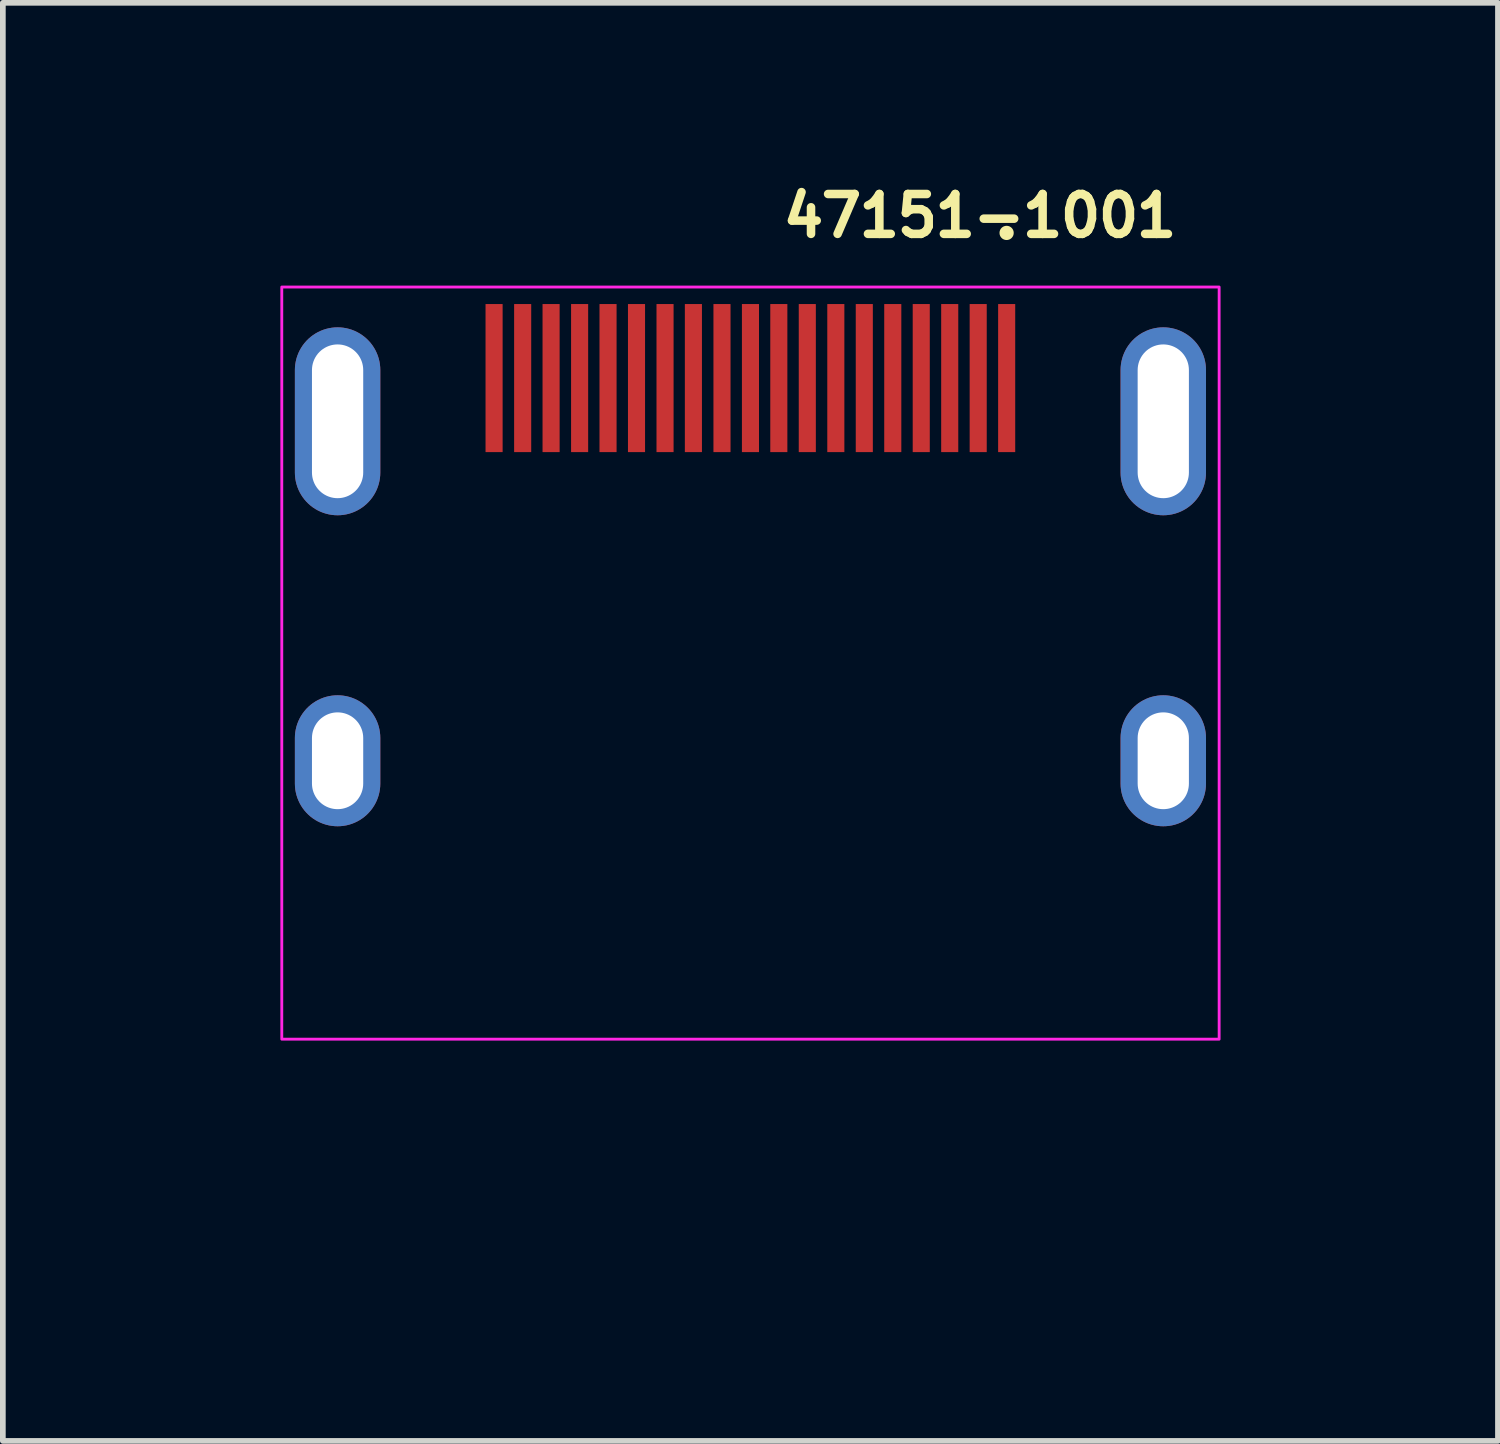
<source format=kicad_pcb>
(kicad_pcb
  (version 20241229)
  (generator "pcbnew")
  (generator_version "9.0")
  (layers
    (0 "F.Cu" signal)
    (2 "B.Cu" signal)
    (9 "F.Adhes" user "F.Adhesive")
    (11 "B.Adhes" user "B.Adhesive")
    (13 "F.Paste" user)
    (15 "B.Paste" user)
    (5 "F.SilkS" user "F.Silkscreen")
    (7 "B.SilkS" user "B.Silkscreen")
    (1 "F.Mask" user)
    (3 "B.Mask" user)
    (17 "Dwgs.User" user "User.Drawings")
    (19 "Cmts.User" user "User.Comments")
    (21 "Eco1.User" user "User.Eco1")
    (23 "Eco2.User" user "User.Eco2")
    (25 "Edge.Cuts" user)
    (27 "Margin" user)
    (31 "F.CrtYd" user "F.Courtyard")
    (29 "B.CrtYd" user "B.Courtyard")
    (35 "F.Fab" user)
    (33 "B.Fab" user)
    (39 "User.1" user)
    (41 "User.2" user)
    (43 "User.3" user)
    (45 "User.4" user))
  (footprint "47151-1001"
    (layer "F.Cu")
    (at 10.128 8.645)
    (property "Reference" "47151-1001" (at 0.498 -7.495 0) (unlocked yes) (layer "F.SilkS") (effects (font (size 0.7 0.7) (thickness 0.15)) (justify left bottom)))
    (attr smd)
    (fp_circle (center 4.498 -7.605) (end 4.548 -7.605) (stroke (width 0.15) (type solid)) (fill yes) (layer "F.SilkS"))
    (fp_line (start -8.2 -6.596) (end -8.2 -4.396) (stroke (width 0.1) (type solid)) (layer "Eco1.User"))
    (fp_line (start -8.2 -4.396) (end -8.2 6.504) (stroke (width 0.1) (type solid)) (layer "Eco1.User"))
    (fp_line (start 0 -2.195) (end 0 -1.196) (stroke (width 0.1) (type solid)) (layer "Eco1.User"))
    (fp_line (start 0.498 -1.696) (end -0.5 -1.696) (stroke (width 0.1) (type solid)) (layer "Eco1.User"))
    (fp_line (start 8.198 -6.596) (end -8.2 -6.596) (stroke (width 0.1) (type solid)) (layer "Eco1.User"))
    (fp_line (start 8.198 -6.596) (end 8.198 6.504) (stroke (width 0.1) (type solid)) (layer "Eco1.User"))
    (fp_line (start 8.198 6.504) (end -8.2 6.504) (stroke (width 0.1) (type solid)) (layer "Eco1.User"))
    (fp_line (start 9.999 5.254) (end -10.001 5.254) (stroke (width 0.1) (type solid)) (layer "Eco1.User"))
    (fp_line (start 9.999 6.254) (end -10.001 6.254) (stroke (width 0.1) (type solid)) (layer "Eco1.User"))
    (fp_rect (start -8.23 -6.655) (end 8.23 6.553) (stroke (width 0.05) (type solid)) (fill no) (layer "F.CrtYd"))
    (fp_line (start -10.001 8.304) (end -10.001 10.48) (stroke (width 0.254) (type solid)) (layer "User.3"))
    (fp_line (start 9.999 8.304) (end -10.001 8.304) (stroke (width 0.254) (type solid)) (layer "User.3"))
    (fp_line (start 9.999 8.304) (end 9.999 10.48) (stroke (width 0.254) (type solid)) (layer "User.3"))
    (fp_rect (start -8 -6.305) (end 7.999 6.304) (stroke (width 0.1) (type solid)) (fill no) (layer "User.5"))
    (fp_line (start -8 -5.194) (end -7.995 -5.239) (stroke (width 0.02) (type solid)) (layer "User.9"))
    (fp_line (start -8 -5.146) (end -8 -5.194) (stroke (width 0.02) (type solid)) (layer "User.9"))
    (fp_line (start -8 -3.346) (end -8 -5.146) (stroke (width 0.02) (type solid)) (layer "User.9"))
    (fp_line (start -8 -3.317) (end -8 -3.346) (stroke (width 0.02) (type solid)) (layer "User.9"))
    (fp_line (start -8 1.314) (end -7.999 1.255) (stroke (width 0.02) (type solid)) (layer "User.9"))
    (fp_line (start -8 2.115) (end -8 1.314) (stroke (width 0.02) (type solid)) (layer "User.9"))
    (fp_line (start -8 2.144) (end -8 2.115) (stroke (width 0.02) (type solid)) (layer "User.9"))
    (fp_line (start -7.999 -3.286) (end -8 -3.317) (stroke (width 0.02) (type solid)) (layer "User.9"))
    (fp_line (start -7.999 1.255) (end -7.992 1.197) (stroke (width 0.02) (type solid)) (layer "User.9"))
    (fp_line (start -7.999 2.173) (end -8 2.144) (stroke (width 0.02) (type solid)) (layer "User.9"))
    (fp_line (start -7.995 -5.239) (end -7.987 -5.286) (stroke (width 0.02) (type solid)) (layer "User.9"))
    (fp_line (start -7.995 -3.258) (end -7.999 -3.286) (stroke (width 0.02) (type solid)) (layer "User.9"))
    (fp_line (start -7.995 2.202) (end -7.999 2.173) (stroke (width 0.02) (type solid)) (layer "User.9"))
    (fp_line (start -7.992 -3.229) (end -7.995 -3.258) (stroke (width 0.02) (type solid)) (layer "User.9"))
    (fp_line (start -7.992 1.197) (end -7.981 1.14) (stroke (width 0.02) (type solid)) (layer "User.9"))
    (fp_line (start -7.992 2.232) (end -7.995 2.202) (stroke (width 0.02) (type solid)) (layer "User.9"))
    (fp_line (start -7.987 -5.286) (end -7.978 -5.332) (stroke (width 0.02) (type solid)) (layer "User.9"))
    (fp_line (start -7.986 -3.201) (end -7.992 -3.229) (stroke (width 0.02) (type solid)) (layer "User.9"))
    (fp_line (start -7.986 2.26) (end -7.992 2.232) (stroke (width 0.02) (type solid)) (layer "User.9"))
    (fp_line (start -7.981 -3.172) (end -7.986 -3.201) (stroke (width 0.02) (type solid)) (layer "User.9"))
    (fp_line (start -7.981 1.14) (end -7.965 1.084) (stroke (width 0.02) (type solid)) (layer "User.9"))
    (fp_line (start -7.981 2.289) (end -7.986 2.26) (stroke (width 0.02) (type solid)) (layer "User.9"))
    (fp_line (start -7.978 -5.332) (end -7.965 -5.375) (stroke (width 0.02) (type solid)) (layer "User.9"))
    (fp_line (start -7.973 -3.144) (end -7.981 -3.172) (stroke (width 0.02) (type solid)) (layer "User.9"))
    (fp_line (start -7.973 2.317) (end -7.981 2.289) (stroke (width 0.02) (type solid)) (layer "User.9"))
    (fp_line (start -7.965 -5.375) (end -7.949 -5.42) (stroke (width 0.02) (type solid)) (layer "User.9"))
    (fp_line (start -7.965 -3.117) (end -7.973 -3.144) (stroke (width 0.02) (type solid)) (layer "User.9"))
    (fp_line (start -7.965 1.084) (end -7.946 1.03) (stroke (width 0.02) (type solid)) (layer "User.9"))
    (fp_line (start -7.965 2.343) (end -7.973 2.317) (stroke (width 0.02) (type solid)) (layer "User.9"))
    (fp_line (start -7.955 -3.089) (end -7.965 -3.117) (stroke (width 0.02) (type solid)) (layer "User.9"))
    (fp_line (start -7.955 2.37) (end -7.965 2.343) (stroke (width 0.02) (type solid)) (layer "User.9"))
    (fp_line (start -7.949 -5.42) (end -7.931 -5.462) (stroke (width 0.02) (type solid)) (layer "User.9"))
    (fp_line (start -7.946 -3.063) (end -7.955 -3.089) (stroke (width 0.02) (type solid)) (layer "User.9"))
    (fp_line (start -7.946 1.03) (end -7.922 0.978) (stroke (width 0.02) (type solid)) (layer "User.9"))
    (fp_line (start -7.946 2.398) (end -7.955 2.37) (stroke (width 0.02) (type solid)) (layer "User.9"))
    (fp_line (start -7.934 -3.036) (end -7.946 -3.063) (stroke (width 0.02) (type solid)) (layer "User.9"))
    (fp_line (start -7.934 2.423) (end -7.946 2.398) (stroke (width 0.02) (type solid)) (layer "User.9"))
    (fp_line (start -7.931 -5.462) (end -7.91 -5.502) (stroke (width 0.02) (type solid)) (layer "User.9"))
    (fp_line (start -7.922 -3.011) (end -7.934 -3.036) (stroke (width 0.02) (type solid)) (layer "User.9"))
    (fp_line (start -7.922 0.978) (end -7.894 0.929) (stroke (width 0.02) (type solid)) (layer "User.9"))
    (fp_line (start -7.922 2.45) (end -7.934 2.423) (stroke (width 0.02) (type solid)) (layer "User.9"))
    (fp_line (start -7.91 -5.502) (end -7.888 -5.542) (stroke (width 0.02) (type solid)) (layer "User.9"))
    (fp_line (start -7.909 -2.985) (end -7.922 -3.011) (stroke (width 0.02) (type solid)) (layer "User.9"))
    (fp_line (start -7.909 2.475) (end -7.922 2.45) (stroke (width 0.02) (type solid)) (layer "User.9"))
    (fp_line (start -7.894 -2.96) (end -7.909 -2.985) (stroke (width 0.02) (type solid)) (layer "User.9"))
    (fp_line (start -7.894 0.929) (end -7.864 0.88) (stroke (width 0.02) (type solid)) (layer "User.9"))
    (fp_line (start -7.894 2.499) (end -7.909 2.475) (stroke (width 0.02) (type solid)) (layer "User.9"))
    (fp_line (start -7.888 -5.542) (end -7.862 -5.58) (stroke (width 0.02) (type solid)) (layer "User.9"))
    (fp_line (start -7.88 -2.936) (end -7.894 -2.96) (stroke (width 0.02) (type solid)) (layer "User.9"))
    (fp_line (start -7.88 2.523) (end -7.894 2.499) (stroke (width 0.02) (type solid)) (layer "User.9"))
    (fp_line (start -7.864 -2.912) (end -7.88 -2.936) (stroke (width 0.02) (type solid)) (layer "User.9"))
    (fp_line (start -7.864 0.88) (end -7.829 0.835) (stroke (width 0.02) (type solid)) (layer "User.9"))
    (fp_line (start -7.864 2.547) (end -7.88 2.523) (stroke (width 0.02) (type solid)) (layer "User.9"))
    (fp_line (start -7.862 -5.58) (end -7.835 -5.617) (stroke (width 0.02) (type solid)) (layer "User.9"))
    (fp_line (start -7.846 -2.891) (end -7.864 -2.912) (stroke (width 0.02) (type solid)) (layer "User.9"))
    (fp_line (start -7.846 2.569) (end -7.864 2.547) (stroke (width 0.02) (type solid)) (layer "User.9"))
    (fp_line (start -7.835 -5.617) (end -7.805 -5.653) (stroke (width 0.02) (type solid)) (layer "User.9"))
    (fp_line (start -7.829 -2.867) (end -7.846 -2.891) (stroke (width 0.02) (type solid)) (layer "User.9"))
    (fp_line (start -7.829 0.835) (end -7.79 0.794) (stroke (width 0.02) (type solid)) (layer "User.9"))
    (fp_line (start -7.829 2.592) (end -7.846 2.569) (stroke (width 0.02) (type solid)) (layer "User.9"))
    (fp_line (start -7.811 -2.847) (end -7.829 -2.867) (stroke (width 0.02) (type solid)) (layer "User.9"))
    (fp_line (start -7.811 2.613) (end -7.829 2.592) (stroke (width 0.02) (type solid)) (layer "User.9"))
    (fp_line (start -7.805 -5.653) (end -7.771 -5.686) (stroke (width 0.02) (type solid)) (layer "User.9"))
    (fp_line (start -7.79 -2.826) (end -7.811 -2.847) (stroke (width 0.02) (type solid)) (layer "User.9"))
    (fp_line (start -7.79 0.794) (end -7.75 0.753) (stroke (width 0.02) (type solid)) (layer "User.9"))
    (fp_line (start -7.79 2.635) (end -7.811 2.613) (stroke (width 0.02) (type solid)) (layer "User.9"))
    (fp_line (start -7.771 -5.686) (end -7.737 -5.718) (stroke (width 0.02) (type solid)) (layer "User.9"))
    (fp_line (start -7.771 -2.806) (end -7.79 -2.826) (stroke (width 0.02) (type solid)) (layer "User.9"))
    (fp_line (start -7.771 2.655) (end -7.79 2.635) (stroke (width 0.02) (type solid)) (layer "User.9"))
    (fp_line (start -7.75 -2.786) (end -7.771 -2.806) (stroke (width 0.02) (type solid)) (layer "User.9"))
    (fp_line (start -7.75 0.753) (end -7.705 0.717) (stroke (width 0.02) (type solid)) (layer "User.9"))
    (fp_line (start -7.75 2.675) (end -7.771 2.655) (stroke (width 0.02) (type solid)) (layer "User.9"))
    (fp_line (start -7.737 -5.718) (end -7.701 -5.747) (stroke (width 0.02) (type solid)) (layer "User.9"))
    (fp_line (start -7.728 -2.767) (end -7.75 -2.786) (stroke (width 0.02) (type solid)) (layer "User.9"))
    (fp_line (start -7.728 2.693) (end -7.75 2.675) (stroke (width 0.02) (type solid)) (layer "User.9"))
    (fp_line (start -7.705 -2.75) (end -7.728 -2.767) (stroke (width 0.02) (type solid)) (layer "User.9"))
    (fp_line (start -7.705 0.717) (end -7.659 0.685) (stroke (width 0.02) (type solid)) (layer "User.9"))
    (fp_line (start -7.705 2.71) (end -7.728 2.693) (stroke (width 0.02) (type solid)) (layer "User.9"))
    (fp_line (start -7.702 -5.146) (end -7.702 -3.346) (stroke (width 0.02) (type solid)) (layer "User.9"))
    (fp_line (start -7.702 -5.146) (end -7.699 -5.18) (stroke (width 0.02) (type solid)) (layer "User.9"))
    (fp_line (start -7.702 1.314) (end -7.702 2.115) (stroke (width 0.02) (type solid)) (layer "User.9"))
    (fp_line (start -7.702 1.314) (end -7.701 1.286) (stroke (width 0.02) (type solid)) (layer "User.9"))
    (fp_line (start -7.701 -5.747) (end -7.662 -5.773) (stroke (width 0.02) (type solid)) (layer "User.9"))
    (fp_line (start -7.701 -3.318) (end -7.702 -3.346) (stroke (width 0.02) (type solid)) (layer "User.9"))
    (fp_line (start -7.701 1.286) (end -7.697 1.259) (stroke (width 0.02) (type solid)) (layer "User.9"))
    (fp_line (start -7.701 2.143) (end -7.702 2.115) (stroke (width 0.02) (type solid)) (layer "User.9"))
    (fp_line (start -7.699 -5.18) (end -7.696 -5.212) (stroke (width 0.02) (type solid)) (layer "User.9"))
    (fp_line (start -7.697 -3.29) (end -7.701 -3.318) (stroke (width 0.02) (type solid)) (layer "User.9"))
    (fp_line (start -7.697 1.259) (end -7.694 1.231) (stroke (width 0.02) (type solid)) (layer "User.9"))
    (fp_line (start -7.697 2.169) (end -7.701 2.143) (stroke (width 0.02) (type solid)) (layer "User.9"))
    (fp_line (start -7.696 -5.212) (end -7.691 -5.244) (stroke (width 0.02) (type solid)) (layer "User.9"))
    (fp_line (start -7.694 -3.262) (end -7.697 -3.29) (stroke (width 0.02) (type solid)) (layer "User.9"))
    (fp_line (start -7.694 1.231) (end -7.688 1.203) (stroke (width 0.02) (type solid)) (layer "User.9"))
    (fp_line (start -7.694 2.197) (end -7.697 2.169) (stroke (width 0.02) (type solid)) (layer "User.9"))
    (fp_line (start -7.691 -5.244) (end -7.683 -5.274) (stroke (width 0.02) (type solid)) (layer "User.9"))
    (fp_line (start -7.688 -3.235) (end -7.694 -3.262) (stroke (width 0.02) (type solid)) (layer "User.9"))
    (fp_line (start -7.688 1.203) (end -7.68 1.177) (stroke (width 0.02) (type solid)) (layer "User.9"))
    (fp_line (start -7.688 2.225) (end -7.694 2.197) (stroke (width 0.02) (type solid)) (layer "User.9"))
    (fp_line (start -7.683 -5.274) (end -7.672 -5.305) (stroke (width 0.02) (type solid)) (layer "User.9"))
    (fp_line (start -7.683 -2.733) (end -7.705 -2.75) (stroke (width 0.02) (type solid)) (layer "User.9"))
    (fp_line (start -7.683 2.728) (end -7.705 2.71) (stroke (width 0.02) (type solid)) (layer "User.9"))
    (fp_line (start -7.68 -3.21) (end -7.688 -3.235) (stroke (width 0.02) (type solid)) (layer "User.9"))
    (fp_line (start -7.68 1.177) (end -7.67 1.152) (stroke (width 0.02) (type solid)) (layer "User.9"))
    (fp_line (start -7.68 2.25) (end -7.688 2.225) (stroke (width 0.02) (type solid)) (layer "User.9"))
    (fp_line (start -7.672 -5.305) (end -7.659 -5.335) (stroke (width 0.02) (type solid)) (layer "User.9"))
    (fp_line (start -7.67 -3.184) (end -7.68 -3.21) (stroke (width 0.02) (type solid)) (layer "User.9"))
    (fp_line (start -7.67 1.152) (end -7.66 1.126) (stroke (width 0.02) (type solid)) (layer "User.9"))
    (fp_line (start -7.67 2.277) (end -7.68 2.25) (stroke (width 0.02) (type solid)) (layer "User.9"))
    (fp_line (start -7.662 -5.773) (end -7.662 -5.773) (stroke (width 0.02) (type solid)) (layer "User.9"))
    (fp_line (start -7.662 -5.773) (end -7.622 -5.798) (stroke (width 0.02) (type solid)) (layer "User.9"))
    (fp_line (start -7.66 -3.158) (end -7.67 -3.184) (stroke (width 0.02) (type solid)) (layer "User.9"))
    (fp_line (start -7.66 1.126) (end -7.648 1.102) (stroke (width 0.02) (type solid)) (layer "User.9"))
    (fp_line (start -7.66 2.301) (end -7.67 2.277) (stroke (width 0.02) (type solid)) (layer "User.9"))
    (fp_line (start -7.659 -5.335) (end -7.646 -5.364) (stroke (width 0.02) (type solid)) (layer "User.9"))
    (fp_line (start -7.659 -2.717) (end -7.683 -2.733) (stroke (width 0.02) (type solid)) (layer "User.9"))
    (fp_line (start -7.659 0.685) (end -7.609 0.655) (stroke (width 0.02) (type solid)) (layer "User.9"))
    (fp_line (start -7.659 2.744) (end -7.683 2.728) (stroke (width 0.02) (type solid)) (layer "User.9"))
    (fp_line (start -7.648 -3.133) (end -7.66 -3.158) (stroke (width 0.02) (type solid)) (layer "User.9"))
    (fp_line (start -7.648 1.102) (end -7.635 1.078) (stroke (width 0.02) (type solid)) (layer "User.9"))
    (fp_line (start -7.648 2.326) (end -7.66 2.301) (stroke (width 0.02) (type solid)) (layer "User.9"))
    (fp_line (start -7.646 -5.364) (end -7.628 -5.39) (stroke (width 0.02) (type solid)) (layer "User.9"))
    (fp_line (start -7.635 -3.11) (end -7.648 -3.133) (stroke (width 0.02) (type solid)) (layer "User.9"))
    (fp_line (start -7.635 1.078) (end -7.619 1.056) (stroke (width 0.02) (type solid)) (layer "User.9"))
    (fp_line (start -7.635 2.35) (end -7.648 2.326) (stroke (width 0.02) (type solid)) (layer "User.9"))
    (fp_line (start -7.633 -2.702) (end -7.659 -2.717) (stroke (width 0.02) (type solid)) (layer "User.9"))
    (fp_line (start -7.633 2.76) (end -7.659 2.744) (stroke (width 0.02) (type solid)) (layer "User.9"))
    (fp_line (start -7.628 -5.39) (end -7.611 -5.417) (stroke (width 0.02) (type solid)) (layer "User.9"))
    (fp_line (start -7.622 -5.798) (end -7.579 -5.821) (stroke (width 0.02) (type solid)) (layer "User.9"))
    (fp_line (start -7.619 -3.088) (end -7.635 -3.11) (stroke (width 0.02) (type solid)) (layer "User.9"))
    (fp_line (start -7.619 1.056) (end -7.603 1.034) (stroke (width 0.02) (type solid)) (layer "User.9"))
    (fp_line (start -7.619 2.373) (end -7.635 2.35) (stroke (width 0.02) (type solid)) (layer "User.9"))
    (fp_line (start -7.611 -5.417) (end -7.59 -5.441) (stroke (width 0.02) (type solid)) (layer "User.9"))
    (fp_line (start -7.609 -2.686) (end -7.633 -2.702) (stroke (width 0.02) (type solid)) (layer "User.9"))
    (fp_line (start -7.609 0.655) (end -7.555 0.628) (stroke (width 0.02) (type solid)) (layer "User.9"))
    (fp_line (start -7.609 2.773) (end -7.633 2.76) (stroke (width 0.02) (type solid)) (layer "User.9"))
    (fp_line (start -7.603 -3.065) (end -7.619 -3.088) (stroke (width 0.02) (type solid)) (layer "User.9"))
    (fp_line (start -7.603 1.034) (end -7.585 1.013) (stroke (width 0.02) (type solid)) (layer "User.9"))
    (fp_line (start -7.603 2.394) (end -7.619 2.373) (stroke (width 0.02) (type solid)) (layer "User.9"))
    (fp_line (start -7.59 -5.441) (end -7.569 -5.465) (stroke (width 0.02) (type solid)) (layer "User.9"))
    (fp_line (start -7.585 -3.044) (end -7.603 -3.065) (stroke (width 0.02) (type solid)) (layer "User.9"))
    (fp_line (start -7.585 1.013) (end -7.566 0.992) (stroke (width 0.02) (type solid)) (layer "User.9"))
    (fp_line (start -7.585 2.415) (end -7.603 2.394) (stroke (width 0.02) (type solid)) (layer "User.9"))
    (fp_line (start -7.582 -2.673) (end -7.609 -2.686) (stroke (width 0.02) (type solid)) (layer "User.9"))
    (fp_line (start -7.582 2.786) (end -7.609 2.773) (stroke (width 0.02) (type solid)) (layer "User.9"))
    (fp_line (start -7.579 -5.821) (end -7.537 -5.84) (stroke (width 0.02) (type solid)) (layer "User.9"))
    (fp_line (start -7.569 -5.465) (end -7.545 -5.486) (stroke (width 0.02) (type solid)) (layer "User.9"))
    (fp_line (start -7.566 -3.024) (end -7.585 -3.044) (stroke (width 0.02) (type solid)) (layer "User.9"))
    (fp_line (start -7.566 0.992) (end -7.545 0.973) (stroke (width 0.02) (type solid)) (layer "User.9"))
    (fp_line (start -7.566 2.435) (end -7.585 2.415) (stroke (width 0.02) (type solid)) (layer "User.9"))
    (fp_line (start -7.555 -2.661) (end -7.582 -2.673) (stroke (width 0.02) (type solid)) (layer "User.9"))
    (fp_line (start -7.555 0.628) (end -7.5 0.606) (stroke (width 0.02) (type solid)) (layer "User.9"))
    (fp_line (start -7.555 2.8) (end -7.582 2.786) (stroke (width 0.02) (type solid)) (layer "User.9"))
    (fp_line (start -7.545 -5.486) (end -7.519 -5.507) (stroke (width 0.02) (type solid)) (layer "User.9"))
    (fp_line (start -7.545 -3.005) (end -7.566 -3.024) (stroke (width 0.02) (type solid)) (layer "User.9"))
    (fp_line (start -7.545 0.973) (end -7.524 0.957) (stroke (width 0.02) (type solid)) (layer "User.9"))
    (fp_line (start -7.545 2.455) (end -7.566 2.435) (stroke (width 0.02) (type solid)) (layer "User.9"))
    (fp_line (start -7.537 -5.84) (end -7.494 -5.856) (stroke (width 0.02) (type solid)) (layer "User.9"))
    (fp_line (start -7.529 -2.649) (end -7.555 -2.661) (stroke (width 0.02) (type solid)) (layer "User.9"))
    (fp_line (start -7.529 2.81) (end -7.555 2.8) (stroke (width 0.02) (type solid)) (layer "User.9"))
    (fp_line (start -7.524 -2.988) (end -7.545 -3.005) (stroke (width 0.02) (type solid)) (layer "User.9"))
    (fp_line (start -7.524 0.957) (end -7.5 0.94) (stroke (width 0.02) (type solid)) (layer "User.9"))
    (fp_line (start -7.524 2.471) (end -7.545 2.455) (stroke (width 0.02) (type solid)) (layer "User.9"))
    (fp_line (start -7.519 -5.507) (end -7.492 -5.526) (stroke (width 0.02) (type solid)) (layer "User.9"))
    (fp_line (start -7.5 -5.245) (end -7.5 6.304) (stroke (width 0.02) (type solid)) (layer "User.9"))
    (fp_line (start -7.5 -2.972) (end -7.524 -2.988) (stroke (width 0.02) (type solid)) (layer "User.9"))
    (fp_line (start -7.5 -2.638) (end -7.529 -2.649) (stroke (width 0.02) (type solid)) (layer "User.9"))
    (fp_line (start -7.5 2.488) (end -7.524 2.471) (stroke (width 0.02) (type solid)) (layer "User.9"))
    (fp_line (start -7.5 2.822) (end -7.529 2.81) (stroke (width 0.02) (type solid)) (layer "User.9"))
    (fp_line (start -7.495 -5.245) (end -7.5 -5.245) (stroke (width 0.02) (type solid)) (layer "User.9"))
    (fp_line (start -7.495 -5.245) (end -7.495 -5.245) (stroke (width 0.02) (type solid)) (layer "User.9"))
    (fp_line (start -7.495 6.304) (end -7.5 6.304) (stroke (width 0.02) (type solid)) (layer "User.9"))
    (fp_line (start -7.495 6.304) (end -7.495 6.304) (stroke (width 0.02) (type solid)) (layer "User.9"))
    (fp_line (start -7.494 -5.856) (end -7.449 -5.869) (stroke (width 0.02) (type solid)) (layer "User.9"))
    (fp_line (start -7.492 -5.526) (end -7.465 -5.542) (stroke (width 0.02) (type solid)) (layer "User.9"))
    (fp_line (start -7.481 -5.245) (end -7.495 -5.245) (stroke (width 0.02) (type solid)) (layer "User.9"))
    (fp_line (start -7.481 -5.245) (end -7.481 -5.245) (stroke (width 0.02) (type solid)) (layer "User.9"))
    (fp_line (start -7.481 6.304) (end -7.495 6.304) (stroke (width 0.02) (type solid)) (layer "User.9"))
    (fp_line (start -7.481 6.304) (end -7.481 6.304) (stroke (width 0.02) (type solid)) (layer "User.9"))
    (fp_line (start -7.465 -5.542) (end -7.435 -5.556) (stroke (width 0.02) (type solid)) (layer "User.9"))
    (fp_line (start -7.457 -5.245) (end -7.481 -5.245) (stroke (width 0.02) (type solid)) (layer "User.9"))
    (fp_line (start -7.457 -5.245) (end -7.457 -5.245) (stroke (width 0.02) (type solid)) (layer "User.9"))
    (fp_line (start -7.457 6.304) (end -7.481 6.304) (stroke (width 0.02) (type solid)) (layer "User.9"))
    (fp_line (start -7.457 6.304) (end -7.457 6.304) (stroke (width 0.02) (type solid)) (layer "User.9"))
    (fp_line (start -7.452 -5.295) (end -7.452 -5.245) (stroke (width 0.02) (type solid)) (layer "User.9"))
    (fp_line (start -7.449 -5.869) (end -7.406 -5.88) (stroke (width 0.02) (type solid)) (layer "User.9"))
    (fp_line (start -7.435 -5.556) (end -7.435 -5.556) (stroke (width 0.02) (type solid)) (layer "User.9"))
    (fp_line (start -7.435 -5.556) (end -7.404 -5.569) (stroke (width 0.02) (type solid)) (layer "User.9"))
    (fp_line (start -7.422 -5.245) (end -7.457 -5.245) (stroke (width 0.02) (type solid)) (layer "User.9"))
    (fp_line (start -7.422 -5.245) (end -7.422 -5.245) (stroke (width 0.02) (type solid)) (layer "User.9"))
    (fp_line (start -7.422 6.304) (end -7.457 6.304) (stroke (width 0.02) (type solid)) (layer "User.9"))
    (fp_line (start -7.422 6.304) (end -7.422 6.304) (stroke (width 0.02) (type solid)) (layer "User.9"))
    (fp_line (start -7.406 -5.88) (end -7.359 -5.888) (stroke (width 0.02) (type solid)) (layer "User.9"))
    (fp_line (start -7.404 -5.569) (end -7.372 -5.579) (stroke (width 0.02) (type solid)) (layer "User.9"))
    (fp_line (start -7.378 -5.245) (end -7.422 -5.245) (stroke (width 0.02) (type solid)) (layer "User.9"))
    (fp_line (start -7.378 -5.245) (end -7.378 -5.245) (stroke (width 0.02) (type solid)) (layer "User.9"))
    (fp_line (start -7.378 6.304) (end -7.422 6.304) (stroke (width 0.02) (type solid)) (layer "User.9"))
    (fp_line (start -7.378 6.304) (end -7.378 6.304) (stroke (width 0.02) (type solid)) (layer "User.9"))
    (fp_line (start -7.372 -5.579) (end -7.342 -5.587) (stroke (width 0.02) (type solid)) (layer "User.9"))
    (fp_line (start -7.359 -5.888) (end -7.313 -5.893) (stroke (width 0.02) (type solid)) (layer "User.9"))
    (fp_line (start -7.342 -5.587) (end -7.31 -5.593) (stroke (width 0.02) (type solid)) (layer "User.9"))
    (fp_line (start -7.327 -5.245) (end -7.378 -5.245) (stroke (width 0.02) (type solid)) (layer "User.9"))
    (fp_line (start -7.327 -5.245) (end -7.327 -5.245) (stroke (width 0.02) (type solid)) (layer "User.9"))
    (fp_line (start -7.327 6.304) (end -7.378 6.304) (stroke (width 0.02) (type solid)) (layer "User.9"))
    (fp_line (start -7.327 6.304) (end -7.327 6.304) (stroke (width 0.02) (type solid)) (layer "User.9"))
    (fp_line (start -7.313 -5.893) (end -7.268 -5.896) (stroke (width 0.02) (type solid)) (layer "User.9"))
    (fp_line (start -7.31 -5.593) (end -7.277 -5.595) (stroke (width 0.02) (type solid)) (layer "User.9"))
    (fp_line (start -7.277 -5.595) (end -7.245 -5.595) (stroke (width 0.02) (type solid)) (layer "User.9"))
    (fp_line (start -7.268 -5.896) (end -7.221 -5.896) (stroke (width 0.02) (type solid)) (layer "User.9"))
    (fp_line (start -7.266 -5.245) (end -7.327 -5.245) (stroke (width 0.02) (type solid)) (layer "User.9"))
    (fp_line (start -7.266 -5.245) (end -7.266 -5.245) (stroke (width 0.02) (type solid)) (layer "User.9"))
    (fp_line (start -7.266 6.304) (end -7.327 6.304) (stroke (width 0.02) (type solid)) (layer "User.9"))
    (fp_line (start -7.266 6.304) (end -7.266 6.304) (stroke (width 0.02) (type solid)) (layer "User.9"))
    (fp_line (start -7.245 -5.595) (end -7.213 -5.595) (stroke (width 0.02) (type solid)) (layer "User.9"))
    (fp_line (start -7.221 -5.896) (end -7.175 -5.893) (stroke (width 0.02) (type solid)) (layer "User.9"))
    (fp_line (start -7.213 -5.595) (end -7.181 -5.59) (stroke (width 0.02) (type solid)) (layer "User.9"))
    (fp_line (start -7.181 -5.59) (end -7.151 -5.585) (stroke (width 0.02) (type solid)) (layer "User.9"))
    (fp_line (start -7.175 -5.893) (end -7.13 -5.886) (stroke (width 0.02) (type solid)) (layer "User.9"))
    (fp_line (start -7.151 -5.585) (end -7.119 -5.577) (stroke (width 0.02) (type solid)) (layer "User.9"))
    (fp_line (start -7.13 -5.886) (end -7.085 -5.877) (stroke (width 0.02) (type solid)) (layer "User.9"))
    (fp_line (start -7.119 -5.577) (end -7.09 -5.566) (stroke (width 0.02) (type solid)) (layer "User.9"))
    (fp_line (start -7.09 -5.566) (end -7.06 -5.553) (stroke (width 0.02) (type solid)) (layer "User.9"))
    (fp_line (start -7.085 -5.877) (end -7.04 -5.866) (stroke (width 0.02) (type solid)) (layer "User.9"))
    (fp_line (start -7.06 -5.553) (end -7.031 -5.539) (stroke (width 0.02) (type solid)) (layer "User.9"))
    (fp_line (start -7.04 -5.866) (end -6.994 -5.851) (stroke (width 0.02) (type solid)) (layer "User.9"))
    (fp_line (start -7.031 -5.539) (end -7.003 -5.521) (stroke (width 0.02) (type solid)) (layer "User.9"))
    (fp_line (start -7.003 -5.521) (end -6.976 -5.502) (stroke (width 0.02) (type solid)) (layer "User.9"))
    (fp_line (start -6.994 -5.851) (end -6.951 -5.834) (stroke (width 0.02) (type solid)) (layer "User.9"))
    (fp_line (start -6.976 -5.502) (end -6.952 -5.481) (stroke (width 0.02) (type solid)) (layer "User.9"))
    (fp_line (start -6.952 -5.846) (end -6.952 -5.295) (stroke (width 0.02) (type solid)) (layer "User.9"))
    (fp_line (start -6.952 -5.846) (end -6.651 -5.545) (stroke (width 0.02) (type solid)) (layer "User.9"))
    (fp_line (start -6.952 -5.846) (end -5.912 -5.846) (stroke (width 0.02) (type solid)) (layer "User.9"))
    (fp_line (start -6.952 -5.295) (end -7.452 -5.295) (stroke (width 0.02) (type solid)) (layer "User.9"))
    (fp_line (start -6.952 -5.295) (end -6.952 -5.245) (stroke (width 0.02) (type solid)) (layer "User.9"))
    (fp_line (start -6.702 -5.245) (end -7.266 -5.245) (stroke (width 0.02) (type solid)) (layer "User.9"))
    (fp_line (start -6.702 6.304) (end -7.266 6.304) (stroke (width 0.02) (type solid)) (layer "User.9"))
    (fp_line (start -6.651 -5.545) (end -6.651 -5.295) (stroke (width 0.02) (type solid)) (layer "User.9"))
    (fp_line (start -6.651 -5.545) (end -5.912 -5.545) (stroke (width 0.02) (type solid)) (layer "User.9"))
    (fp_line (start -5.912 -5.846) (end -5.912 -5.545) (stroke (width 0.02) (type solid)) (layer "User.9"))
    (fp_line (start -5.912 -5.545) (end -5.912 -5.295) (stroke (width 0.02) (type solid)) (layer "User.9"))
    (fp_line (start -5.651 -5.846) (end -5.912 -5.846) (stroke (width 0.02) (type solid)) (layer "User.9"))
    (fp_line (start -5.651 -5.295) (end -6.952 -5.295) (stroke (width 0.02) (type solid)) (layer "User.9"))
    (fp_line (start -5.651 -5.295) (end -5.651 -5.846) (stroke (width 0.02) (type solid)) (layer "User.9"))
    (fp_line (start -5.651 -5.295) (end -5.651 -5.245) (stroke (width 0.02) (type solid)) (layer "User.9"))
    (fp_line (start -5.651 -5.245) (end -5.5 -5.245) (stroke (width 0.02) (type solid)) (layer "User.9"))
    (fp_line (start -5.601 -5.245) (end -6.702 -5.245) (stroke (width 0.02) (type solid)) (layer "User.9"))
    (fp_line (start -5.595 -5.245) (end -5.601 -5.245) (stroke (width 0.02) (type solid)) (layer "User.9"))
    (fp_line (start -5.59 -5.245) (end -5.595 -5.245) (stroke (width 0.02) (type solid)) (layer "User.9"))
    (fp_line (start -5.585 -5.244) (end -5.59 -5.245) (stroke (width 0.02) (type solid)) (layer "User.9"))
    (fp_line (start -5.58 -5.244) (end -5.585 -5.244) (stroke (width 0.02) (type solid)) (layer "User.9"))
    (fp_line (start -5.577 -5.242) (end -5.58 -5.244) (stroke (width 0.02) (type solid)) (layer "User.9"))
    (fp_line (start -5.577 -0.495) (end -5.577 3.504) (stroke (width 0.02) (type solid)) (layer "User.9"))
    (fp_line (start -5.577 -0.495) (end -5.077 -0.495) (stroke (width 0.02) (type solid)) (layer "User.9"))
    (fp_line (start -5.577 3.504) (end -5.576 3.528) (stroke (width 0.02) (type solid)) (layer "User.9"))
    (fp_line (start -5.576 -0.512) (end -5.576 -0.504) (stroke (width 0.02) (type solid)) (layer "User.9"))
    (fp_line (start -5.576 -0.504) (end -5.577 -0.495) (stroke (width 0.02) (type solid)) (layer "User.9"))
    (fp_line (start -5.576 3.528) (end -5.574 3.554) (stroke (width 0.02) (type solid)) (layer "User.9"))
    (fp_line (start -5.574 -0.53) (end -5.574 -0.521) (stroke (width 0.02) (type solid)) (layer "User.9"))
    (fp_line (start -5.574 -0.521) (end -5.576 -0.512) (stroke (width 0.02) (type solid)) (layer "User.9"))
    (fp_line (start -5.574 3.554) (end -5.571 3.578) (stroke (width 0.02) (type solid)) (layer "User.9"))
    (fp_line (start -5.572 -0.538) (end -5.574 -0.53) (stroke (width 0.02) (type solid)) (layer "User.9"))
    (fp_line (start -5.571 -5.242) (end -5.577 -5.242) (stroke (width 0.02) (type solid)) (layer "User.9"))
    (fp_line (start -5.571 -0.546) (end -5.572 -0.538) (stroke (width 0.02) (type solid)) (layer "User.9"))
    (fp_line (start -5.571 3.578) (end -5.566 3.603) (stroke (width 0.02) (type solid)) (layer "User.9"))
    (fp_line (start -5.569 -0.554) (end -5.571 -0.546) (stroke (width 0.02) (type solid)) (layer "User.9"))
    (fp_line (start -5.568 -0.562) (end -5.569 -0.554) (stroke (width 0.02) (type solid)) (layer "User.9"))
    (fp_line (start -5.566 -5.239) (end -5.571 -5.242) (stroke (width 0.02) (type solid)) (layer "User.9"))
    (fp_line (start -5.566 -0.57) (end -5.568 -0.562) (stroke (width 0.02) (type solid)) (layer "User.9"))
    (fp_line (start -5.566 3.603) (end -5.561 3.625) (stroke (width 0.02) (type solid)) (layer "User.9"))
    (fp_line (start -5.563 -5.239) (end -5.566 -5.239) (stroke (width 0.02) (type solid)) (layer "User.9"))
    (fp_line (start -5.563 -0.577) (end -5.566 -0.57) (stroke (width 0.02) (type solid)) (layer "User.9"))
    (fp_line (start -5.561 3.625) (end -5.555 3.649) (stroke (width 0.02) (type solid)) (layer "User.9"))
    (fp_line (start -5.56 -0.584) (end -5.563 -0.577) (stroke (width 0.02) (type solid)) (layer "User.9"))
    (fp_line (start -5.558 -5.236) (end -5.563 -5.239) (stroke (width 0.02) (type solid)) (layer "User.9"))
    (fp_line (start -5.556 -0.591) (end -5.56 -0.584) (stroke (width 0.02) (type solid)) (layer "User.9"))
    (fp_line (start -5.555 3.649) (end -5.547 3.672) (stroke (width 0.02) (type solid)) (layer "User.9"))
    (fp_line (start -5.553 -5.234) (end -5.558 -5.236) (stroke (width 0.02) (type solid)) (layer "User.9"))
    (fp_line (start -5.553 -0.599) (end -5.556 -0.591) (stroke (width 0.02) (type solid)) (layer "User.9"))
    (fp_line (start -5.55 -5.231) (end -5.553 -5.234) (stroke (width 0.02) (type solid)) (layer "User.9"))
    (fp_line (start -5.55 -0.606) (end -5.553 -0.599) (stroke (width 0.02) (type solid)) (layer "User.9"))
    (fp_line (start -5.547 -0.613) (end -5.55 -0.606) (stroke (width 0.02) (type solid)) (layer "User.9"))
    (fp_line (start -5.547 3.672) (end -5.537 3.696) (stroke (width 0.02) (type solid)) (layer "User.9"))
    (fp_line (start -5.545 -5.228) (end -5.55 -5.231) (stroke (width 0.02) (type solid)) (layer "User.9"))
    (fp_line (start -5.542 -5.226) (end -5.545 -5.228) (stroke (width 0.02) (type solid)) (layer "User.9"))
    (fp_line (start -5.542 -0.62) (end -5.547 -0.613) (stroke (width 0.02) (type solid)) (layer "User.9"))
    (fp_line (start -5.539 -0.627) (end -5.542 -0.62) (stroke (width 0.02) (type solid)) (layer "User.9"))
    (fp_line (start -5.537 -5.223) (end -5.542 -5.226) (stroke (width 0.02) (type solid)) (layer "User.9"))
    (fp_line (start -5.537 3.696) (end -5.529 3.717) (stroke (width 0.02) (type solid)) (layer "User.9"))
    (fp_line (start -5.534 -5.22) (end -5.537 -5.223) (stroke (width 0.02) (type solid)) (layer "User.9"))
    (fp_line (start -5.534 -0.634) (end -5.539 -0.627) (stroke (width 0.02) (type solid)) (layer "User.9"))
    (fp_line (start -5.531 -5.217) (end -5.534 -5.22) (stroke (width 0.02) (type solid)) (layer "User.9"))
    (fp_line (start -5.529 -0.642) (end -5.534 -0.634) (stroke (width 0.02) (type solid)) (layer "User.9"))
    (fp_line (start -5.529 3.717) (end -5.518 3.74) (stroke (width 0.02) (type solid)) (layer "User.9"))
    (fp_line (start -5.526 -5.213) (end -5.531 -5.217) (stroke (width 0.02) (type solid)) (layer "User.9"))
    (fp_line (start -5.526 -0.646) (end -5.125 -0.646) (stroke (width 0.02) (type solid)) (layer "User.9"))
    (fp_line (start -5.524 -0.648) (end -5.529 -0.642) (stroke (width 0.02) (type solid)) (layer "User.9"))
    (fp_line (start -5.523 -5.21) (end -5.526 -5.213) (stroke (width 0.02) (type solid)) (layer "User.9"))
    (fp_line (start -5.521 -5.205) (end -5.523 -5.21) (stroke (width 0.02) (type solid)) (layer "User.9"))
    (fp_line (start -5.52 -0.655) (end -5.524 -0.648) (stroke (width 0.02) (type solid)) (layer "User.9"))
    (fp_line (start -5.518 -5.202) (end -5.521 -5.205) (stroke (width 0.02) (type solid)) (layer "User.9"))
    (fp_line (start -5.518 3.74) (end -5.505 3.761) (stroke (width 0.02) (type solid)) (layer "User.9"))
    (fp_line (start -5.515 -5.197) (end -5.518 -5.202) (stroke (width 0.02) (type solid)) (layer "User.9"))
    (fp_line (start -5.515 -0.661) (end -5.52 -0.655) (stroke (width 0.02) (type solid)) (layer "User.9"))
    (fp_line (start -5.513 -5.194) (end -5.515 -5.197) (stroke (width 0.02) (type solid)) (layer "User.9"))
    (fp_line (start -5.51 -5.189) (end -5.513 -5.194) (stroke (width 0.02) (type solid)) (layer "User.9"))
    (fp_line (start -5.508 -5.185) (end -5.51 -5.189) (stroke (width 0.02) (type solid)) (layer "User.9"))
    (fp_line (start -5.508 -0.667) (end -5.515 -0.661) (stroke (width 0.02) (type solid)) (layer "User.9"))
    (fp_line (start -5.507 -5.18) (end -5.508 -5.185) (stroke (width 0.02) (type solid)) (layer "User.9"))
    (fp_line (start -5.505 -5.175) (end -5.507 -5.18) (stroke (width 0.02) (type solid)) (layer "User.9"))
    (fp_line (start -5.505 -5.17) (end -5.505 -5.175) (stroke (width 0.02) (type solid)) (layer "User.9"))
    (fp_line (start -5.505 3.761) (end -5.492 3.781) (stroke (width 0.02) (type solid)) (layer "User.9"))
    (fp_line (start -5.503 -5.167) (end -5.505 -5.17) (stroke (width 0.02) (type solid)) (layer "User.9"))
    (fp_line (start -5.503 -0.673) (end -5.508 -0.667) (stroke (width 0.02) (type solid)) (layer "User.9"))
    (fp_line (start -5.502 -5.162) (end -5.503 -5.167) (stroke (width 0.02) (type solid)) (layer "User.9"))
    (fp_line (start -5.502 -5.156) (end -5.502 -5.162) (stroke (width 0.02) (type solid)) (layer "User.9"))
    (fp_line (start -5.502 -5.151) (end -5.502 -5.156) (stroke (width 0.02) (type solid)) (layer "User.9"))
    (fp_line (start -5.5 -5.196) (end -5.5 -5.245) (stroke (width 0.02) (type solid)) (layer "User.9"))
    (fp_line (start -5.5 -5.196) (end -5.5 -4.795) (stroke (width 0.02) (type solid)) (layer "User.9"))
    (fp_line (start -5.5 -5.196) (end -5.414 -5.196) (stroke (width 0.02) (type solid)) (layer "User.9"))
    (fp_line (start -5.5 -5.146) (end -5.502 -5.151) (stroke (width 0.02) (type solid)) (layer "User.9"))
    (fp_line (start -5.5 -5.146) (end -5.5 -4.295) (stroke (width 0.02) (type solid)) (layer "User.9"))
    (fp_line (start -5.5 -4.795) (end -5.367 -4.795) (stroke (width 0.02) (type solid)) (layer "User.9"))
    (fp_line (start -5.5 -4.635) (end -4.18 -4.635) (stroke (width 0.02) (type solid)) (layer "User.9"))
    (fp_line (start -5.5 -4.295) (end -5.5 -4.29) (stroke (width 0.02) (type solid)) (layer "User.9"))
    (fp_line (start -5.5 -4.29) (end -5.5 -4.286) (stroke (width 0.02) (type solid)) (layer "User.9"))
    (fp_line (start -5.5 -4.286) (end -5.5 -4.281) (stroke (width 0.02) (type solid)) (layer "User.9"))
    (fp_line (start -5.5 -4.281) (end -5.499 -4.276) (stroke (width 0.02) (type solid)) (layer "User.9"))
    (fp_line (start -5.499 -4.276) (end -5.497 -4.271) (stroke (width 0.02) (type solid)) (layer "User.9"))
    (fp_line (start -5.497 -4.271) (end -5.497 -4.266) (stroke (width 0.02) (type solid)) (layer "User.9"))
    (fp_line (start -5.497 -4.266) (end -5.494 -4.262) (stroke (width 0.02) (type solid)) (layer "User.9"))
    (fp_line (start -5.497 -0.679) (end -5.503 -0.673) (stroke (width 0.02) (type solid)) (layer "User.9"))
    (fp_line (start -5.494 -4.262) (end -5.494 -4.257) (stroke (width 0.02) (type solid)) (layer "User.9"))
    (fp_line (start -5.494 -4.257) (end -5.492 -4.252) (stroke (width 0.02) (type solid)) (layer "User.9"))
    (fp_line (start -5.492 -4.252) (end -5.489 -4.249) (stroke (width 0.02) (type solid)) (layer "User.9"))
    (fp_line (start -5.492 -0.684) (end -5.497 -0.679) (stroke (width 0.02) (type solid)) (layer "User.9"))
    (fp_line (start -5.492 3.781) (end -5.478 3.801) (stroke (width 0.02) (type solid)) (layer "User.9"))
    (fp_line (start -5.489 -4.249) (end -5.486 -4.244) (stroke (width 0.02) (type solid)) (layer "User.9"))
    (fp_line (start -5.486 -4.244) (end -5.484 -4.241) (stroke (width 0.02) (type solid)) (layer "User.9"))
    (fp_line (start -5.486 -0.689) (end -5.492 -0.684) (stroke (width 0.02) (type solid)) (layer "User.9"))
    (fp_line (start -5.484 -4.241) (end -5.481 -4.236) (stroke (width 0.02) (type solid)) (layer "User.9"))
    (fp_line (start -5.481 -4.236) (end -5.478 -4.233) (stroke (width 0.02) (type solid)) (layer "User.9"))
    (fp_line (start -5.478 -4.233) (end -5.476 -4.228) (stroke (width 0.02) (type solid)) (layer "User.9"))
    (fp_line (start -5.478 -0.695) (end -5.486 -0.689) (stroke (width 0.02) (type solid)) (layer "User.9"))
    (fp_line (start -5.478 3.801) (end -5.462 3.821) (stroke (width 0.02) (type solid)) (layer "User.9"))
    (fp_line (start -5.476 -4.228) (end -5.471 -4.225) (stroke (width 0.02) (type solid)) (layer "User.9"))
    (fp_line (start -5.471 -4.225) (end -5.468 -4.221) (stroke (width 0.02) (type solid)) (layer "User.9"))
    (fp_line (start -5.471 -0.699) (end -5.478 -0.695) (stroke (width 0.02) (type solid)) (layer "User.9"))
    (fp_line (start -5.468 -4.221) (end -5.465 -4.218) (stroke (width 0.02) (type solid)) (layer "User.9"))
    (fp_line (start -5.465 -4.218) (end -5.46 -4.215) (stroke (width 0.02) (type solid)) (layer "User.9"))
    (fp_line (start -5.465 -0.704) (end -5.471 -0.699) (stroke (width 0.02) (type solid)) (layer "User.9"))
    (fp_line (start -5.462 3.821) (end -5.446 3.839) (stroke (width 0.02) (type solid)) (layer "User.9"))
    (fp_line (start -5.46 -4.215) (end -5.457 -4.213) (stroke (width 0.02) (type solid)) (layer "User.9"))
    (fp_line (start -5.459 -0.708) (end -5.465 -0.704) (stroke (width 0.02) (type solid)) (layer "User.9"))
    (fp_line (start -5.457 -4.213) (end -5.452 -4.21) (stroke (width 0.02) (type solid)) (layer "User.9"))
    (fp_line (start -5.452 -4.21) (end -5.449 -4.209) (stroke (width 0.02) (type solid)) (layer "User.9"))
    (fp_line (start -5.452 -0.712) (end -5.459 -0.708) (stroke (width 0.02) (type solid)) (layer "User.9"))
    (fp_line (start -5.452 -0.712) (end -5.452 -0.712) (stroke (width 0.02) (type solid)) (layer "User.9"))
    (fp_line (start -5.449 -4.209) (end -5.444 -4.205) (stroke (width 0.02) (type solid)) (layer "User.9"))
    (fp_line (start -5.446 3.839) (end -5.43 3.858) (stroke (width 0.02) (type solid)) (layer "User.9"))
    (fp_line (start -5.444 -4.205) (end -5.439 -4.204) (stroke (width 0.02) (type solid)) (layer "User.9"))
    (fp_line (start -5.439 -4.204) (end -5.436 -4.202) (stroke (width 0.02) (type solid)) (layer "User.9"))
    (fp_line (start -5.436 -4.202) (end -5.43 -4.201) (stroke (width 0.02) (type solid)) (layer "User.9"))
    (fp_line (start -5.436 -0.72) (end -5.452 -0.712) (stroke (width 0.02) (type solid)) (layer "User.9"))
    (fp_line (start -5.43 -4.201) (end -5.425 -4.199) (stroke (width 0.02) (type solid)) (layer "User.9"))
    (fp_line (start -5.43 3.858) (end -5.43 3.858) (stroke (width 0.02) (type solid)) (layer "User.9"))
    (fp_line (start -5.43 3.858) (end -5.412 3.874) (stroke (width 0.02) (type solid)) (layer "User.9"))
    (fp_line (start -5.425 -4.199) (end -5.422 -4.199) (stroke (width 0.02) (type solid)) (layer "User.9"))
    (fp_line (start -5.422 -4.199) (end -5.417 -4.197) (stroke (width 0.02) (type solid)) (layer "User.9"))
    (fp_line (start -5.422 -0.727) (end -5.436 -0.72) (stroke (width 0.02) (type solid)) (layer "User.9"))
    (fp_line (start -5.417 -4.197) (end -5.412 -4.196) (stroke (width 0.02) (type solid)) (layer "User.9"))
    (fp_line (start -5.414 -5.196) (end -5.414 -5.196) (stroke (width 0.02) (type solid)) (layer "User.9"))
    (fp_line (start -5.414 -5.196) (end -5.202 -5.196) (stroke (width 0.02) (type solid)) (layer "User.9"))
    (fp_line (start -5.412 -4.196) (end -5.406 -4.196) (stroke (width 0.02) (type solid)) (layer "User.9"))
    (fp_line (start -5.412 3.874) (end -5.393 3.89) (stroke (width 0.02) (type solid)) (layer "User.9"))
    (fp_line (start -5.406 -4.196) (end -5.401 -4.196) (stroke (width 0.02) (type solid)) (layer "User.9"))
    (fp_line (start -5.406 -0.732) (end -5.422 -0.727) (stroke (width 0.02) (type solid)) (layer "User.9"))
    (fp_line (start -5.401 -4.196) (end -4.481 -4.196) (stroke (width 0.02) (type solid)) (layer "User.9"))
    (fp_line (start -5.401 -0.346) (end -5.401 -0.495) (stroke (width 0.02) (type solid)) (layer "User.9"))
    (fp_line (start -5.401 -0.346) (end -5.401 3.305) (stroke (width 0.02) (type solid)) (layer "User.9"))
    (fp_line (start -5.401 3.305) (end -5.173 3.954) (stroke (width 0.02) (type solid)) (layer "User.9"))
    (fp_line (start -5.393 3.89) (end -5.374 3.906) (stroke (width 0.02) (type solid)) (layer "User.9"))
    (fp_line (start -5.39 -0.737) (end -5.406 -0.732) (stroke (width 0.02) (type solid)) (layer "User.9"))
    (fp_line (start -5.375 -0.741) (end -5.39 -0.737) (stroke (width 0.02) (type solid)) (layer "User.9"))
    (fp_line (start -5.374 3.906) (end -5.353 3.919) (stroke (width 0.02) (type solid)) (layer "User.9"))
    (fp_line (start -5.367 -4.795) (end -5.297 -4.795) (stroke (width 0.02) (type solid)) (layer "User.9"))
    (fp_line (start -5.359 -0.743) (end -5.375 -0.741) (stroke (width 0.02) (type solid)) (layer "User.9"))
    (fp_line (start -5.353 3.919) (end -5.332 3.934) (stroke (width 0.02) (type solid)) (layer "User.9"))
    (fp_line (start -5.343 -0.745) (end -5.359 -0.743) (stroke (width 0.02) (type solid)) (layer "User.9"))
    (fp_line (start -5.332 3.934) (end -5.311 3.946) (stroke (width 0.02) (type solid)) (layer "User.9"))
    (fp_line (start -5.327 -0.745) (end -5.343 -0.745) (stroke (width 0.02) (type solid)) (layer "User.9"))
    (fp_line (start -5.311 3.946) (end -5.289 3.957) (stroke (width 0.02) (type solid)) (layer "User.9"))
    (fp_line (start -5.31 -0.745) (end -5.327 -0.745) (stroke (width 0.02) (type solid)) (layer "User.9"))
    (fp_line (start -5.297 -4.795) (end -5.202 -4.792) (stroke (width 0.02) (type solid)) (layer "User.9"))
    (fp_line (start -5.294 -0.743) (end -5.31 -0.745) (stroke (width 0.02) (type solid)) (layer "User.9"))
    (fp_line (start -5.289 3.957) (end -5.268 3.966) (stroke (width 0.02) (type solid)) (layer "User.9"))
    (fp_line (start -5.278 -0.741) (end -5.294 -0.743) (stroke (width 0.02) (type solid)) (layer "User.9"))
    (fp_line (start -5.268 3.966) (end -5.244 3.975) (stroke (width 0.02) (type solid)) (layer "User.9"))
    (fp_line (start -5.262 -0.737) (end -5.278 -0.741) (stroke (width 0.02) (type solid)) (layer "User.9"))
    (fp_line (start -5.247 -0.732) (end -5.262 -0.737) (stroke (width 0.02) (type solid)) (layer "User.9"))
    (fp_line (start -5.244 3.975) (end -5.221 3.983) (stroke (width 0.02) (type solid)) (layer "User.9"))
    (fp_line (start -5.231 -0.727) (end -5.247 -0.732) (stroke (width 0.02) (type solid)) (layer "User.9"))
    (fp_line (start -5.221 3.983) (end -5.197 3.988) (stroke (width 0.02) (type solid)) (layer "User.9"))
    (fp_line (start -5.215 -0.72) (end -5.231 -0.727) (stroke (width 0.02) (type solid)) (layer "User.9"))
    (fp_line (start -5.202 -5.196) (end -4.452 -5.196) (stroke (width 0.02) (type solid)) (layer "User.9"))
    (fp_line (start -5.202 -4.792) (end -4.452 -4.792) (stroke (width 0.02) (type solid)) (layer "User.9"))
    (fp_line (start -5.202 -0.712) (end -5.215 -0.72) (stroke (width 0.02) (type solid)) (layer "User.9"))
    (fp_line (start -5.202 -0.712) (end -5.202 -0.712) (stroke (width 0.02) (type solid)) (layer "User.9"))
    (fp_line (start -5.197 3.988) (end -5.175 3.995) (stroke (width 0.02) (type solid)) (layer "User.9"))
    (fp_line (start -5.186 -0.704) (end -5.202 -0.712) (stroke (width 0.02) (type solid)) (layer "User.9"))
    (fp_line (start -5.175 3.995) (end -5.149 3.999) (stroke (width 0.02) (type solid)) (layer "User.9"))
    (fp_line (start -5.173 -0.695) (end -5.186 -0.704) (stroke (width 0.02) (type solid)) (layer "User.9"))
    (fp_line (start -5.161 -0.684) (end -5.173 -0.695) (stroke (width 0.02) (type solid)) (layer "User.9"))
    (fp_line (start -5.159 3.998) (end -5.173 3.954) (stroke (width 0.02) (type solid)) (layer "User.9"))
    (fp_line (start -5.149 3.999) (end -5.125 4.001) (stroke (width 0.02) (type solid)) (layer "User.9"))
    (fp_line (start -5.148 -0.673) (end -5.161 -0.684) (stroke (width 0.02) (type solid)) (layer "User.9"))
    (fp_line (start -5.138 -0.661) (end -5.148 -0.673) (stroke (width 0.02) (type solid)) (layer "User.9"))
    (fp_line (start -5.127 -0.648) (end -5.138 -0.661) (stroke (width 0.02) (type solid)) (layer "User.9"))
    (fp_line (start -5.125 4.001) (end -5.101 4.004) (stroke (width 0.02) (type solid)) (layer "User.9"))
    (fp_line (start -5.119 -0.634) (end -5.127 -0.648) (stroke (width 0.02) (type solid)) (layer "User.9"))
    (fp_line (start -5.109 -0.62) (end -5.119 -0.634) (stroke (width 0.02) (type solid)) (layer "User.9"))
    (fp_line (start -5.101 -0.606) (end -5.109 -0.62) (stroke (width 0.02) (type solid)) (layer "User.9"))
    (fp_line (start -5.101 4.004) (end -5.077 4.004) (stroke (width 0.02) (type solid)) (layer "User.9"))
    (fp_line (start -5.095 -0.591) (end -5.101 -0.606) (stroke (width 0.02) (type solid)) (layer "User.9"))
    (fp_line (start -5.09 -0.577) (end -5.095 -0.591) (stroke (width 0.02) (type solid)) (layer "User.9"))
    (fp_line (start -5.085 -0.562) (end -5.09 -0.577) (stroke (width 0.02) (type solid)) (layer "User.9"))
    (fp_line (start -5.08 -0.546) (end -5.085 -0.562) (stroke (width 0.02) (type solid)) (layer "User.9"))
    (fp_line (start -5.079 -0.53) (end -5.08 -0.546) (stroke (width 0.02) (type solid)) (layer "User.9"))
    (fp_line (start -5.077 -0.512) (end -5.079 -0.53) (stroke (width 0.02) (type solid)) (layer "User.9"))
    (fp_line (start -5.077 -0.495) (end -5.077 -0.512) (stroke (width 0.02) (type solid)) (layer "User.9"))
    (fp_line (start -5.077 -0.346) (end -5.401 -0.346) (stroke (width 0.02) (type solid)) (layer "User.9"))
    (fp_line (start -5.077 -0.346) (end -5.077 -0.495) (stroke (width 0.02) (type solid)) (layer "User.9"))
    (fp_line (start -5.077 -0.346) (end -5.077 -0.336) (stroke (width 0.02) (type solid)) (layer "User.9"))
    (fp_line (start -5.077 -0.336) (end -4.891 2.108) (stroke (width 0.02) (type solid)) (layer "User.9"))
    (fp_line (start -5.077 4.004) (end -3.926 4.004) (stroke (width 0.02) (type solid)) (layer "User.9"))
    (fp_line (start -4.891 2.108) (end -4.885 2.186) (stroke (width 0.02) (type solid)) (layer "User.9"))
    (fp_line (start -4.859 2.555) (end -4.885 2.186) (stroke (width 0.02) (type solid)) (layer "User.9"))
    (fp_line (start -4.859 2.555) (end -4.813 3.163) (stroke (width 0.02) (type solid)) (layer "User.9"))
    (fp_line (start -4.813 3.163) (end -4.8 3.313) (stroke (width 0.02) (type solid)) (layer "User.9"))
    (fp_line (start -4.726 3.313) (end -4.726 3.555) (stroke (width 0.02) (type solid)) (layer "User.9"))
    (fp_line (start -4.726 3.555) (end -4.726 3.954) (stroke (width 0.02) (type solid)) (layer "User.9"))
    (fp_line (start -4.726 3.754) (end -4.276 3.754) (stroke (width 0.02) (type solid)) (layer "User.9"))
    (fp_line (start -4.726 4.004) (end -4.726 3.954) (stroke (width 0.02) (type solid)) (layer "User.9"))
    (fp_line (start -4.651 -6.305) (end -4.351 -6.305) (stroke (width 0.02) (type solid)) (layer "User.9"))
    (fp_line (start -4.651 -5.196) (end -4.651 -6.305) (stroke (width 0.02) (type solid)) (layer "User.9"))
    (fp_line (start -4.601 -5.648) (end -4.601 -5.196) (stroke (width 0.02) (type solid)) (layer "User.9"))
    (fp_line (start -4.481 -4.196) (end -4.18 -4.496) (stroke (width 0.02) (type solid)) (layer "User.9"))
    (fp_line (start -4.452 -5.196) (end -4.18 -5.196) (stroke (width 0.02) (type solid)) (layer "User.9"))
    (fp_line (start -4.452 -4.792) (end -4.452 -5.196) (stroke (width 0.02) (type solid)) (layer "User.9"))
    (fp_line (start -4.452 -4.792) (end -4.436 -4.792) (stroke (width 0.02) (type solid)) (layer "User.9"))
    (fp_line (start -4.436 -4.792) (end -4.422 -4.789) (stroke (width 0.02) (type solid)) (layer "User.9"))
    (fp_line (start -4.422 -4.789) (end -4.409 -4.786) (stroke (width 0.02) (type solid)) (layer "User.9"))
    (fp_line (start -4.409 -4.786) (end -4.395 -4.782) (stroke (width 0.02) (type solid)) (layer "User.9"))
    (fp_line (start -4.401 -5.648) (end -4.601 -5.648) (stroke (width 0.02) (type solid)) (layer "User.9"))
    (fp_line (start -4.401 -5.648) (end -4.401 -5.196) (stroke (width 0.02) (type solid)) (layer "User.9"))
    (fp_line (start -4.395 -4.782) (end -4.38 -4.779) (stroke (width 0.02) (type solid)) (layer "User.9"))
    (fp_line (start -4.38 -4.779) (end -4.366 -4.773) (stroke (width 0.02) (type solid)) (layer "User.9"))
    (fp_line (start -4.366 -4.773) (end -4.353 -4.768) (stroke (width 0.02) (type solid)) (layer "User.9"))
    (fp_line (start -4.353 -4.768) (end -4.34 -4.763) (stroke (width 0.02) (type solid)) (layer "User.9"))
    (fp_line (start -4.351 -6.305) (end -4.351 -5.196) (stroke (width 0.02) (type solid)) (layer "User.9"))
    (fp_line (start -4.34 -4.763) (end -4.327 -4.757) (stroke (width 0.02) (type solid)) (layer "User.9"))
    (fp_line (start -4.327 -4.757) (end -4.313 -4.749) (stroke (width 0.02) (type solid)) (layer "User.9"))
    (fp_line (start -4.313 -4.749) (end -4.3 -4.741) (stroke (width 0.02) (type solid)) (layer "User.9"))
    (fp_line (start -4.3 -4.741) (end -4.287 -4.734) (stroke (width 0.02) (type solid)) (layer "User.9"))
    (fp_line (start -4.287 -4.734) (end -4.274 -4.726) (stroke (width 0.02) (type solid)) (layer "User.9"))
    (fp_line (start -4.276 3.313) (end -4.276 3.555) (stroke (width 0.02) (type solid)) (layer "User.9"))
    (fp_line (start -4.276 3.555) (end -4.276 3.954) (stroke (width 0.02) (type solid)) (layer "User.9"))
    (fp_line (start -4.276 4.004) (end -4.276 3.954) (stroke (width 0.02) (type solid)) (layer "User.9"))
    (fp_line (start -4.274 -4.726) (end -4.262 -4.715) (stroke (width 0.02) (type solid)) (layer "User.9"))
    (fp_line (start -4.262 -4.715) (end -4.249 -4.707) (stroke (width 0.02) (type solid)) (layer "User.9"))
    (fp_line (start -4.249 -4.707) (end -4.236 -4.696) (stroke (width 0.02) (type solid)) (layer "User.9"))
    (fp_line (start -4.236 -4.696) (end -4.18 -4.696) (stroke (width 0.02) (type solid)) (layer "User.9"))
    (fp_line (start -4.202 3.313) (end -4.8 3.313) (stroke (width 0.02) (type solid)) (layer "User.9"))
    (fp_line (start -4.189 3.163) (end -4.813 3.163) (stroke (width 0.02) (type solid)) (layer "User.9"))
    (fp_line (start -4.189 3.163) (end -4.202 3.313) (stroke (width 0.02) (type solid)) (layer "User.9"))
    (fp_line (start -4.18 -5.196) (end -2.42 -5.196) (stroke (width 0.02) (type solid)) (layer "User.9"))
    (fp_line (start -4.18 -5.05) (end -4.18 -5.196) (stroke (width 0.02) (type solid)) (layer "User.9"))
    (fp_line (start -4.18 -5.05) (end -4.18 -5.05) (stroke (width 0.02) (type solid)) (layer "User.9"))
    (fp_line (start -4.18 -4.696) (end -4.18 -5.05) (stroke (width 0.02) (type solid)) (layer "User.9"))
    (fp_line (start -4.18 -4.496) (end -4.18 -4.696) (stroke (width 0.02) (type solid)) (layer "User.9"))
    (fp_line (start -4.151 -6.305) (end -3.851 -6.305) (stroke (width 0.02) (type solid)) (layer "User.9"))
    (fp_line (start -4.151 -5.196) (end -4.151 -6.305) (stroke (width 0.02) (type solid)) (layer "User.9"))
    (fp_line (start -4.143 2.555) (end -4.189 3.163) (stroke (width 0.02) (type solid)) (layer "User.9"))
    (fp_line (start -4.143 2.555) (end -4.116 2.186) (stroke (width 0.02) (type solid)) (layer "User.9"))
    (fp_line (start -4.111 2.108) (end -4.116 2.186) (stroke (width 0.02) (type solid)) (layer "User.9"))
    (fp_line (start -4.1 -5.646) (end -3.9 -5.646) (stroke (width 0.02) (type solid)) (layer "User.9"))
    (fp_line (start -4.1 -5.196) (end -4.1 -5.646) (stroke (width 0.02) (type solid)) (layer "User.9"))
    (fp_line (start -3.926 -0.512) (end -3.926 -0.504) (stroke (width 0.02) (type solid)) (layer "User.9"))
    (fp_line (start -3.926 -0.504) (end -3.926 -0.495) (stroke (width 0.02) (type solid)) (layer "User.9"))
    (fp_line (start -3.926 -0.495) (end -3.926 -0.346) (stroke (width 0.02) (type solid)) (layer "User.9"))
    (fp_line (start -3.926 -0.495) (end -3.46 -0.495) (stroke (width 0.02) (type solid)) (layer "User.9"))
    (fp_line (start -3.926 -0.346) (end -5.077 -0.346) (stroke (width 0.02) (type solid)) (layer "User.9"))
    (fp_line (start -3.926 -0.346) (end -3.926 -0.336) (stroke (width 0.02) (type solid)) (layer "User.9"))
    (fp_line (start -3.926 -0.336) (end -4.111 2.108) (stroke (width 0.02) (type solid)) (layer "User.9"))
    (fp_line (start -3.926 4.004) (end -3.902 4.004) (stroke (width 0.02) (type solid)) (layer "User.9"))
    (fp_line (start -3.924 -0.521) (end -3.926 -0.512) (stroke (width 0.02) (type solid)) (layer "User.9"))
    (fp_line (start -3.923 -0.538) (end -3.923 -0.53) (stroke (width 0.02) (type solid)) (layer "User.9"))
    (fp_line (start -3.923 -0.53) (end -3.924 -0.521) (stroke (width 0.02) (type solid)) (layer "User.9"))
    (fp_line (start -3.922 -0.546) (end -3.923 -0.538) (stroke (width 0.02) (type solid)) (layer "User.9"))
    (fp_line (start -3.919 -0.554) (end -3.922 -0.546) (stroke (width 0.02) (type solid)) (layer "User.9"))
    (fp_line (start -3.918 -0.562) (end -3.919 -0.554) (stroke (width 0.02) (type solid)) (layer "User.9"))
    (fp_line (start -3.915 -0.57) (end -3.918 -0.562) (stroke (width 0.02) (type solid)) (layer "User.9"))
    (fp_line (start -3.912 -0.577) (end -3.915 -0.57) (stroke (width 0.02) (type solid)) (layer "User.9"))
    (fp_line (start -3.91 -0.584) (end -3.912 -0.577) (stroke (width 0.02) (type solid)) (layer "User.9"))
    (fp_line (start -3.907 -0.591) (end -3.91 -0.584) (stroke (width 0.02) (type solid)) (layer "User.9"))
    (fp_line (start -3.903 -0.599) (end -3.907 -0.591) (stroke (width 0.02) (type solid)) (layer "User.9"))
    (fp_line (start -3.902 4.004) (end -3.876 4.001) (stroke (width 0.02) (type solid)) (layer "User.9"))
    (fp_line (start -3.9 -5.196) (end -3.9 -5.646) (stroke (width 0.02) (type solid)) (layer "User.9"))
    (fp_line (start -3.9 -0.606) (end -3.903 -0.599) (stroke (width 0.02) (type solid)) (layer "User.9"))
    (fp_line (start -3.896 -0.613) (end -3.9 -0.606) (stroke (width 0.02) (type solid)) (layer "User.9"))
    (fp_line (start -3.892 -0.62) (end -3.896 -0.613) (stroke (width 0.02) (type solid)) (layer "User.9"))
    (fp_line (start -3.888 -0.627) (end -3.892 -0.62) (stroke (width 0.02) (type solid)) (layer "User.9"))
    (fp_line (start -3.883 -0.634) (end -3.888 -0.627) (stroke (width 0.02) (type solid)) (layer "User.9"))
    (fp_line (start -3.879 -0.642) (end -3.883 -0.634) (stroke (width 0.02) (type solid)) (layer "User.9"))
    (fp_line (start -3.876 4.001) (end -3.852 3.999) (stroke (width 0.02) (type solid)) (layer "User.9"))
    (fp_line (start -3.875 -0.648) (end -3.879 -0.642) (stroke (width 0.02) (type solid)) (layer "User.9"))
    (fp_line (start -3.875 -0.646) (end -3.476 -0.646) (stroke (width 0.02) (type solid)) (layer "User.9"))
    (fp_line (start -3.87 -0.655) (end -3.875 -0.648) (stroke (width 0.02) (type solid)) (layer "User.9"))
    (fp_line (start -3.864 -0.661) (end -3.87 -0.655) (stroke (width 0.02) (type solid)) (layer "User.9"))
    (fp_line (start -3.859 -0.667) (end -3.864 -0.661) (stroke (width 0.02) (type solid)) (layer "User.9"))
    (fp_line (start -3.854 -0.673) (end -3.859 -0.667) (stroke (width 0.02) (type solid)) (layer "User.9"))
    (fp_line (start -3.852 3.999) (end -3.827 3.995) (stroke (width 0.02) (type solid)) (layer "User.9"))
    (fp_line (start -3.851 -6.305) (end -3.851 -5.196) (stroke (width 0.02) (type solid)) (layer "User.9"))
    (fp_line (start -3.847 -0.679) (end -3.854 -0.673) (stroke (width 0.02) (type solid)) (layer "User.9"))
    (fp_line (start -3.842 -0.684) (end -3.847 -0.679) (stroke (width 0.02) (type solid)) (layer "User.9"))
    (fp_line (start -3.835 -0.689) (end -3.842 -0.684) (stroke (width 0.02) (type solid)) (layer "User.9"))
    (fp_line (start -3.829 -0.695) (end -3.835 -0.689) (stroke (width 0.02) (type solid)) (layer "User.9"))
    (fp_line (start -3.827 3.995) (end -3.805 3.988) (stroke (width 0.02) (type solid)) (layer "User.9"))
    (fp_line (start -3.822 -0.699) (end -3.829 -0.695) (stroke (width 0.02) (type solid)) (layer "User.9"))
    (fp_line (start -3.815 -0.704) (end -3.822 -0.699) (stroke (width 0.02) (type solid)) (layer "User.9"))
    (fp_line (start -3.809 -0.708) (end -3.815 -0.704) (stroke (width 0.02) (type solid)) (layer "User.9"))
    (fp_line (start -3.805 3.988) (end -3.781 3.983) (stroke (width 0.02) (type solid)) (layer "User.9"))
    (fp_line (start -3.801 -0.712) (end -3.809 -0.708) (stroke (width 0.02) (type solid)) (layer "User.9"))
    (fp_line (start -3.801 -0.712) (end -3.801 -0.712) (stroke (width 0.02) (type solid)) (layer "User.9"))
    (fp_line (start -3.786 -0.72) (end -3.801 -0.712) (stroke (width 0.02) (type solid)) (layer "User.9"))
    (fp_line (start -3.781 3.983) (end -3.758 3.975) (stroke (width 0.02) (type solid)) (layer "User.9"))
    (fp_line (start -3.771 -0.727) (end -3.786 -0.72) (stroke (width 0.02) (type solid)) (layer "User.9"))
    (fp_line (start -3.758 3.975) (end -3.734 3.966) (stroke (width 0.02) (type solid)) (layer "User.9"))
    (fp_line (start -3.755 -0.732) (end -3.771 -0.727) (stroke (width 0.02) (type solid)) (layer "User.9"))
    (fp_line (start -3.741 -0.737) (end -3.755 -0.732) (stroke (width 0.02) (type solid)) (layer "User.9"))
    (fp_line (start -3.734 3.966) (end -3.713 3.957) (stroke (width 0.02) (type solid)) (layer "User.9"))
    (fp_line (start -3.726 -0.495) (end -3.726 -0.406) (stroke (width 0.02) (type solid)) (layer "User.9"))
    (fp_line (start -3.726 -0.406) (end -3.726 3.254) (stroke (width 0.02) (type solid)) (layer "User.9"))
    (fp_line (start -3.726 -0.346) (end -3.926 -0.346) (stroke (width 0.02) (type solid)) (layer "User.9"))
    (fp_line (start -3.726 3.254) (end -3.726 3.555) (stroke (width 0.02) (type solid)) (layer "User.9"))
    (fp_line (start -3.726 3.254) (end -3.426 3.254) (stroke (width 0.02) (type solid)) (layer "User.9"))
    (fp_line (start -3.726 3.555) (end -3.726 3.954) (stroke (width 0.02) (type solid)) (layer "User.9"))
    (fp_line (start -3.726 3.754) (end -3.492 3.754) (stroke (width 0.02) (type solid)) (layer "User.9"))
    (fp_line (start -3.726 3.962) (end -3.726 3.954) (stroke (width 0.02) (type solid)) (layer "User.9"))
    (fp_line (start -3.725 -0.741) (end -3.741 -0.737) (stroke (width 0.02) (type solid)) (layer "User.9"))
    (fp_line (start -3.713 3.957) (end -3.69 3.946) (stroke (width 0.02) (type solid)) (layer "User.9"))
    (fp_line (start -3.709 -0.743) (end -3.725 -0.741) (stroke (width 0.02) (type solid)) (layer "User.9"))
    (fp_line (start -3.693 -0.745) (end -3.709 -0.743) (stroke (width 0.02) (type solid)) (layer "User.9"))
    (fp_line (start -3.69 3.946) (end -3.669 3.934) (stroke (width 0.02) (type solid)) (layer "User.9"))
    (fp_line (start -3.676 -0.745) (end -3.693 -0.745) (stroke (width 0.02) (type solid)) (layer "User.9"))
    (fp_line (start -3.669 3.934) (end -3.649 3.919) (stroke (width 0.02) (type solid)) (layer "User.9"))
    (fp_line (start -3.66 -0.745) (end -3.676 -0.745) (stroke (width 0.02) (type solid)) (layer "User.9"))
    (fp_line (start -3.65 -6.305) (end -3.351 -6.305) (stroke (width 0.02) (type solid)) (layer "User.9"))
    (fp_line (start -3.65 -5.196) (end -3.65 -6.305) (stroke (width 0.02) (type solid)) (layer "User.9"))
    (fp_line (start -3.649 3.919) (end -3.629 3.906) (stroke (width 0.02) (type solid)) (layer "User.9"))
    (fp_line (start -3.644 -0.743) (end -3.66 -0.745) (stroke (width 0.02) (type solid)) (layer "User.9"))
    (fp_line (start -3.629 3.906) (end -3.609 3.89) (stroke (width 0.02) (type solid)) (layer "User.9"))
    (fp_line (start -3.628 -0.741) (end -3.644 -0.743) (stroke (width 0.02) (type solid)) (layer "User.9"))
    (fp_line (start -3.612 -0.737) (end -3.628 -0.741) (stroke (width 0.02) (type solid)) (layer "User.9"))
    (fp_line (start -3.609 3.89) (end -3.59 3.874) (stroke (width 0.02) (type solid)) (layer "User.9"))
    (fp_line (start -3.601 -5.648) (end -3.601 -5.196) (stroke (width 0.02) (type solid)) (layer "User.9"))
    (fp_line (start -3.597 -0.732) (end -3.612 -0.737) (stroke (width 0.02) (type solid)) (layer "User.9"))
    (fp_line (start -3.59 3.874) (end -3.572 3.858) (stroke (width 0.02) (type solid)) (layer "User.9"))
    (fp_line (start -3.58 -0.727) (end -3.597 -0.732) (stroke (width 0.02) (type solid)) (layer "User.9"))
    (fp_line (start -3.572 3.858) (end -3.572 3.858) (stroke (width 0.02) (type solid)) (layer "User.9"))
    (fp_line (start -3.572 3.858) (end -3.556 3.839) (stroke (width 0.02) (type solid)) (layer "User.9"))
    (fp_line (start -3.565 -0.72) (end -3.58 -0.727) (stroke (width 0.02) (type solid)) (layer "User.9"))
    (fp_line (start -3.556 3.839) (end -3.54 3.821) (stroke (width 0.02) (type solid)) (layer "User.9"))
    (fp_line (start -3.551 -0.712) (end -3.565 -0.72) (stroke (width 0.02) (type solid)) (layer "User.9"))
    (fp_line (start -3.551 -0.712) (end -3.551 -0.712) (stroke (width 0.02) (type solid)) (layer "User.9"))
    (fp_line (start -3.54 3.821) (end -3.524 3.801) (stroke (width 0.02) (type solid)) (layer "User.9"))
    (fp_line (start -3.536 -0.704) (end -3.551 -0.712) (stroke (width 0.02) (type solid)) (layer "User.9"))
    (fp_line (start -3.524 -0.695) (end -3.536 -0.704) (stroke (width 0.02) (type solid)) (layer "User.9"))
    (fp_line (start -3.524 3.801) (end -3.511 3.781) (stroke (width 0.02) (type solid)) (layer "User.9"))
    (fp_line (start -3.511 -0.684) (end -3.524 -0.695) (stroke (width 0.02) (type solid)) (layer "User.9"))
    (fp_line (start -3.511 3.781) (end -3.496 3.761) (stroke (width 0.02) (type solid)) (layer "User.9"))
    (fp_line (start -3.499 -0.673) (end -3.511 -0.684) (stroke (width 0.02) (type solid)) (layer "User.9"))
    (fp_line (start -3.496 3.761) (end -3.484 3.74) (stroke (width 0.02) (type solid)) (layer "User.9"))
    (fp_line (start -3.488 -0.661) (end -3.499 -0.673) (stroke (width 0.02) (type solid)) (layer "User.9"))
    (fp_line (start -3.484 3.74) (end -3.473 3.717) (stroke (width 0.02) (type solid)) (layer "User.9"))
    (fp_line (start -3.477 -0.648) (end -3.488 -0.661) (stroke (width 0.02) (type solid)) (layer "User.9"))
    (fp_line (start -3.473 3.717) (end -3.464 3.696) (stroke (width 0.02) (type solid)) (layer "User.9"))
    (fp_line (start -3.468 -0.634) (end -3.477 -0.648) (stroke (width 0.02) (type solid)) (layer "User.9"))
    (fp_line (start -3.464 3.696) (end -3.455 3.672) (stroke (width 0.02) (type solid)) (layer "User.9"))
    (fp_line (start -3.46 -0.62) (end -3.468 -0.634) (stroke (width 0.02) (type solid)) (layer "User.9"))
    (fp_line (start -3.46 -0.495) (end -3.43 -0.539) (stroke (width 0.02) (type solid)) (layer "User.9"))
    (fp_line (start -3.455 3.672) (end -3.447 3.649) (stroke (width 0.02) (type solid)) (layer "User.9"))
    (fp_line (start -3.451 -0.606) (end -3.46 -0.62) (stroke (width 0.02) (type solid)) (layer "User.9"))
    (fp_line (start -3.447 3.649) (end -3.442 3.625) (stroke (width 0.02) (type solid)) (layer "User.9"))
    (fp_line (start -3.446 -0.591) (end -3.451 -0.606) (stroke (width 0.02) (type solid)) (layer "User.9"))
    (fp_line (start -3.442 3.625) (end -3.435 3.603) (stroke (width 0.02) (type solid)) (layer "User.9"))
    (fp_line (start -3.439 -0.577) (end -3.446 -0.591) (stroke (width 0.02) (type solid)) (layer "User.9"))
    (fp_line (start -3.435 -0.562) (end -3.439 -0.577) (stroke (width 0.02) (type solid)) (layer "User.9"))
    (fp_line (start -3.435 3.603) (end -3.431 3.578) (stroke (width 0.02) (type solid)) (layer "User.9"))
    (fp_line (start -3.431 -0.546) (end -3.435 -0.562) (stroke (width 0.02) (type solid)) (layer "User.9"))
    (fp_line (start -3.431 3.578) (end -3.428 3.554) (stroke (width 0.02) (type solid)) (layer "User.9"))
    (fp_line (start -3.428 -0.53) (end -3.431 -0.546) (stroke (width 0.02) (type solid)) (layer "User.9"))
    (fp_line (start -3.428 3.554) (end -3.427 3.528) (stroke (width 0.02) (type solid)) (layer "User.9"))
    (fp_line (start -3.427 -0.512) (end -3.428 -0.53) (stroke (width 0.02) (type solid)) (layer "User.9"))
    (fp_line (start -3.427 3.528) (end -3.426 3.504) (stroke (width 0.02) (type solid)) (layer "User.9"))
    (fp_line (start -3.426 -0.495) (end -3.46 -0.495) (stroke (width 0.02) (type solid)) (layer "User.9"))
    (fp_line (start -3.426 -0.495) (end -3.427 -0.512) (stroke (width 0.02) (type solid)) (layer "User.9"))
    (fp_line (start -3.426 3.504) (end -3.426 -0.495) (stroke (width 0.02) (type solid)) (layer "User.9"))
    (fp_line (start -3.4 -5.648) (end -3.601 -5.648) (stroke (width 0.02) (type solid)) (layer "User.9"))
    (fp_line (start -3.4 -5.648) (end -3.4 -5.196) (stroke (width 0.02) (type solid)) (layer "User.9"))
    (fp_line (start -3.351 -6.305) (end -3.351 -5.196) (stroke (width 0.02) (type solid)) (layer "User.9"))
    (fp_line (start -3.15 -6.305) (end -2.851 -6.305) (stroke (width 0.02) (type solid)) (layer "User.9"))
    (fp_line (start -3.15 -5.196) (end -3.15 -6.305) (stroke (width 0.02) (type solid)) (layer "User.9"))
    (fp_line (start -3.101 -5.646) (end -2.9 -5.646) (stroke (width 0.02) (type solid)) (layer "User.9"))
    (fp_line (start -3.101 -5.196) (end -3.101 -5.646) (stroke (width 0.02) (type solid)) (layer "User.9"))
    (fp_line (start -3.101 -1.746) (end -3.101 -0.546) (stroke (width 0.02) (type solid)) (layer "User.9"))
    (fp_line (start -3.101 -0.546) (end -1.5 -0.546) (stroke (width 0.02) (type solid)) (layer "User.9"))
    (fp_line (start -2.9 -5.196) (end -2.9 -5.646) (stroke (width 0.02) (type solid)) (layer "User.9"))
    (fp_line (start -2.851 -6.305) (end -2.851 -5.196) (stroke (width 0.02) (type solid)) (layer "User.9"))
    (fp_line (start -2.801 -1.746) (end -2.801 -0.546) (stroke (width 0.02) (type solid)) (layer "User.9"))
    (fp_line (start -2.65 -6.305) (end -2.351 -6.305) (stroke (width 0.02) (type solid)) (layer "User.9"))
    (fp_line (start -2.65 -5.196) (end -2.65 -6.305) (stroke (width 0.02) (type solid)) (layer "User.9"))
    (fp_line (start -2.601 -5.648) (end -2.601 -5.196) (stroke (width 0.02) (type solid)) (layer "User.9"))
    (fp_line (start -2.42 -5.196) (end -2.42 -5.05) (stroke (width 0.02) (type solid)) (layer "User.9"))
    (fp_line (start -2.42 -5.196) (end -2.15 -5.196) (stroke (width 0.02) (type solid)) (layer "User.9"))
    (fp_line (start -2.42 -5.05) (end -2.42 -5.05) (stroke (width 0.02) (type solid)) (layer "User.9"))
    (fp_line (start -2.42 -5.05) (end -2.42 -4.696) (stroke (width 0.02) (type solid)) (layer "User.9"))
    (fp_line (start -2.42 -4.696) (end -2.366 -4.696) (stroke (width 0.02) (type solid)) (layer "User.9"))
    (fp_line (start -2.42 -4.635) (end 2.418 -4.635) (stroke (width 0.02) (type solid)) (layer "User.9"))
    (fp_line (start -2.42 -4.496) (end -2.42 -4.696) (stroke (width 0.02) (type solid)) (layer "User.9"))
    (fp_line (start -2.42 -4.496) (end -2.121 -4.196) (stroke (width 0.02) (type solid)) (layer "User.9"))
    (fp_line (start -2.4 -5.648) (end -2.601 -5.648) (stroke (width 0.02) (type solid)) (layer "User.9"))
    (fp_line (start -2.4 -5.648) (end -2.4 -5.196) (stroke (width 0.02) (type solid)) (layer "User.9"))
    (fp_line (start -2.354 -4.707) (end -2.366 -4.696) (stroke (width 0.02) (type solid)) (layer "User.9"))
    (fp_line (start -2.351 -6.305) (end -2.351 -5.196) (stroke (width 0.02) (type solid)) (layer "User.9"))
    (fp_line (start -2.34 -4.715) (end -2.354 -4.707) (stroke (width 0.02) (type solid)) (layer "User.9"))
    (fp_line (start -2.327 -4.726) (end -2.34 -4.715) (stroke (width 0.02) (type solid)) (layer "User.9"))
    (fp_line (start -2.315 -4.734) (end -2.327 -4.726) (stroke (width 0.02) (type solid)) (layer "User.9"))
    (fp_line (start -2.302 -4.741) (end -2.315 -4.734) (stroke (width 0.02) (type solid)) (layer "User.9"))
    (fp_line (start -2.29 -4.749) (end -2.302 -4.741) (stroke (width 0.02) (type solid)) (layer "User.9"))
    (fp_line (start -2.275 -4.757) (end -2.29 -4.749) (stroke (width 0.02) (type solid)) (layer "User.9"))
    (fp_line (start -2.262 -4.763) (end -2.275 -4.757) (stroke (width 0.02) (type solid)) (layer "User.9"))
    (fp_line (start -2.25 -4.768) (end -2.262 -4.763) (stroke (width 0.02) (type solid)) (layer "User.9"))
    (fp_line (start -2.235 -4.773) (end -2.25 -4.768) (stroke (width 0.02) (type solid)) (layer "User.9"))
    (fp_line (start -2.222 -4.779) (end -2.235 -4.773) (stroke (width 0.02) (type solid)) (layer "User.9"))
    (fp_line (start -2.207 -4.782) (end -2.222 -4.779) (stroke (width 0.02) (type solid)) (layer "User.9"))
    (fp_line (start -2.194 -4.786) (end -2.207 -4.782) (stroke (width 0.02) (type solid)) (layer "User.9"))
    (fp_line (start -2.179 -4.789) (end -2.194 -4.786) (stroke (width 0.02) (type solid)) (layer "User.9"))
    (fp_line (start -2.165 -4.792) (end -2.179 -4.789) (stroke (width 0.02) (type solid)) (layer "User.9"))
    (fp_line (start -2.15 -6.305) (end -1.851 -6.305) (stroke (width 0.02) (type solid)) (layer "User.9"))
    (fp_line (start -2.15 -5.196) (end -2.15 -6.305) (stroke (width 0.02) (type solid)) (layer "User.9"))
    (fp_line (start -2.15 -5.196) (end 2.148 -5.196) (stroke (width 0.02) (type solid)) (layer "User.9"))
    (fp_line (start -2.15 -4.792) (end -2.165 -4.792) (stroke (width 0.02) (type solid)) (layer "User.9"))
    (fp_line (start -2.15 -4.792) (end -2.15 -5.196) (stroke (width 0.02) (type solid)) (layer "User.9"))
    (fp_line (start -2.15 -4.792) (end 2.148 -4.792) (stroke (width 0.02) (type solid)) (layer "User.9"))
    (fp_line (start -2.121 -4.196) (end 2.12 -4.196) (stroke (width 0.02) (type solid)) (layer "User.9"))
    (fp_line (start -2.101 -5.646) (end -1.901 -5.646) (stroke (width 0.02) (type solid)) (layer "User.9"))
    (fp_line (start -2.101 -5.196) (end -2.101 -5.646) (stroke (width 0.02) (type solid)) (layer "User.9"))
    (fp_line (start -1.901 -5.196) (end -1.901 -5.646) (stroke (width 0.02) (type solid)) (layer "User.9"))
    (fp_line (start -1.851 -6.305) (end -1.851 -5.196) (stroke (width 0.02) (type solid)) (layer "User.9"))
    (fp_line (start -1.801 -1.746) (end -1.801 -0.546) (stroke (width 0.02) (type solid)) (layer "User.9"))
    (fp_line (start -1.651 -6.305) (end -1.351 -6.305) (stroke (width 0.02) (type solid)) (layer "User.9"))
    (fp_line (start -1.651 -5.196) (end -1.651 -6.305) (stroke (width 0.02) (type solid)) (layer "User.9"))
    (fp_line (start -1.601 -5.648) (end -1.601 -5.196) (stroke (width 0.02) (type solid)) (layer "User.9"))
    (fp_line (start -1.5 -1.746) (end -3.101 -1.746) (stroke (width 0.02) (type solid)) (layer "User.9"))
    (fp_line (start -1.5 -1.746) (end -1.5 -0.546) (stroke (width 0.02) (type solid)) (layer "User.9"))
    (fp_line (start -1.401 -5.648) (end -1.601 -5.648) (stroke (width 0.02) (type solid)) (layer "User.9"))
    (fp_line (start -1.401 -5.648) (end -1.401 -5.196) (stroke (width 0.02) (type solid)) (layer "User.9"))
    (fp_line (start -1.351 -6.305) (end -1.351 -5.196) (stroke (width 0.02) (type solid)) (layer "User.9"))
    (fp_line (start -1.151 -6.305) (end -0.85 -6.305) (stroke (width 0.02) (type solid)) (layer "User.9"))
    (fp_line (start -1.151 -5.196) (end -1.151 -6.305) (stroke (width 0.02) (type solid)) (layer "User.9"))
    (fp_line (start -1.101 -5.646) (end -0.902 -5.646) (stroke (width 0.02) (type solid)) (layer "User.9"))
    (fp_line (start -1.101 -5.196) (end -1.101 -5.646) (stroke (width 0.02) (type solid)) (layer "User.9"))
    (fp_line (start -0.902 -5.196) (end -0.902 -5.646) (stroke (width 0.02) (type solid)) (layer "User.9"))
    (fp_line (start -0.85 -6.305) (end -0.85 -5.196) (stroke (width 0.02) (type solid)) (layer "User.9"))
    (fp_line (start -0.652 -6.305) (end -0.351 -6.305) (stroke (width 0.02) (type solid)) (layer "User.9"))
    (fp_line (start -0.652 -5.196) (end -0.652 -6.305) (stroke (width 0.02) (type solid)) (layer "User.9"))
    (fp_line (start -0.6 -5.648) (end -0.6 -5.196) (stroke (width 0.02) (type solid)) (layer "User.9"))
    (fp_line (start -0.402 -5.648) (end -0.6 -5.648) (stroke (width 0.02) (type solid)) (layer "User.9"))
    (fp_line (start -0.402 -5.648) (end -0.402 -5.196) (stroke (width 0.02) (type solid)) (layer "User.9"))
    (fp_line (start -0.351 -6.305) (end -0.351 -5.196) (stroke (width 0.02) (type solid)) (layer "User.9"))
    (fp_line (start -0.15 -6.305) (end 0.148 -6.305) (stroke (width 0.02) (type solid)) (layer "User.9"))
    (fp_line (start -0.15 -5.196) (end -0.15 -6.305) (stroke (width 0.02) (type solid)) (layer "User.9"))
    (fp_line (start -0.102 -5.646) (end 0.1 -5.646) (stroke (width 0.02) (type solid)) (layer "User.9"))
    (fp_line (start -0.102 -5.196) (end -0.102 -5.646) (stroke (width 0.02) (type solid)) (layer "User.9"))
    (fp_line (start 0.1 -5.196) (end 0.1 -5.646) (stroke (width 0.02) (type solid)) (layer "User.9"))
    (fp_line (start 0.148 -6.305) (end 0.148 -5.196) (stroke (width 0.02) (type solid)) (layer "User.9"))
    (fp_line (start 0.349 -6.305) (end 0.65 -6.305) (stroke (width 0.02) (type solid)) (layer "User.9"))
    (fp_line (start 0.349 -5.196) (end 0.349 -6.305) (stroke (width 0.02) (type solid)) (layer "User.9"))
    (fp_line (start 0.4 -5.648) (end 0.4 -5.196) (stroke (width 0.02) (type solid)) (layer "User.9"))
    (fp_line (start 0.598 -5.648) (end 0.4 -5.648) (stroke (width 0.02) (type solid)) (layer "User.9"))
    (fp_line (start 0.598 -5.648) (end 0.598 -5.196) (stroke (width 0.02) (type solid)) (layer "User.9"))
    (fp_line (start 0.65 -6.305) (end 0.65 -5.196) (stroke (width 0.02) (type solid)) (layer "User.9"))
    (fp_line (start 0.848 -6.305) (end 1.148 -6.305) (stroke (width 0.02) (type solid)) (layer "User.9"))
    (fp_line (start 0.848 -5.196) (end 0.848 -6.305) (stroke (width 0.02) (type solid)) (layer "User.9"))
    (fp_line (start 0.9 -5.646) (end 1.1 -5.646) (stroke (width 0.02) (type solid)) (layer "User.9"))
    (fp_line (start 0.9 -5.196) (end 0.9 -5.646) (stroke (width 0.02) (type solid)) (layer "User.9"))
    (fp_line (start 1.1 -5.196) (end 1.1 -5.646) (stroke (width 0.02) (type solid)) (layer "User.9"))
    (fp_line (start 1.148 -6.305) (end 1.148 -5.196) (stroke (width 0.02) (type solid)) (layer "User.9"))
    (fp_line (start 1.35 -6.305) (end 1.648 -6.305) (stroke (width 0.02) (type solid)) (layer "User.9"))
    (fp_line (start 1.35 -5.196) (end 1.35 -6.305) (stroke (width 0.02) (type solid)) (layer "User.9"))
    (fp_line (start 1.398 -5.648) (end 1.398 -5.196) (stroke (width 0.02) (type solid)) (layer "User.9"))
    (fp_line (start 1.499 -1.746) (end 1.499 -0.546) (stroke (width 0.02) (type solid)) (layer "User.9"))
    (fp_line (start 1.499 -0.546) (end 3.1 -0.546) (stroke (width 0.02) (type solid)) (layer "User.9"))
    (fp_line (start 1.6 -5.648) (end 1.398 -5.648) (stroke (width 0.02) (type solid)) (layer "User.9"))
    (fp_line (start 1.6 -5.648) (end 1.6 -5.196) (stroke (width 0.02) (type solid)) (layer "User.9"))
    (fp_line (start 1.648 -6.305) (end 1.648 -5.196) (stroke (width 0.02) (type solid)) (layer "User.9"))
    (fp_line (start 1.8 -1.746) (end 1.8 -0.546) (stroke (width 0.02) (type solid)) (layer "User.9"))
    (fp_line (start 1.85 -6.305) (end 2.148 -6.305) (stroke (width 0.02) (type solid)) (layer "User.9"))
    (fp_line (start 1.85 -5.196) (end 1.85 -6.305) (stroke (width 0.02) (type solid)) (layer "User.9"))
    (fp_line (start 1.898 -5.646) (end 2.1 -5.646) (stroke (width 0.02) (type solid)) (layer "User.9"))
    (fp_line (start 1.898 -5.196) (end 1.898 -5.646) (stroke (width 0.02) (type solid)) (layer "User.9"))
    (fp_line (start 2.1 -5.196) (end 2.1 -5.646) (stroke (width 0.02) (type solid)) (layer "User.9"))
    (fp_line (start 2.12 -4.196) (end 2.418 -4.496) (stroke (width 0.02) (type solid)) (layer "User.9"))
    (fp_line (start 2.148 -6.305) (end 2.148 -5.196) (stroke (width 0.02) (type solid)) (layer "User.9"))
    (fp_line (start 2.148 -5.196) (end 2.418 -5.196) (stroke (width 0.02) (type solid)) (layer "User.9"))
    (fp_line (start 2.148 -4.792) (end 2.148 -5.196) (stroke (width 0.02) (type solid)) (layer "User.9"))
    (fp_line (start 2.148 -4.792) (end 2.164 -4.792) (stroke (width 0.02) (type solid)) (layer "User.9"))
    (fp_line (start 2.164 -4.792) (end 2.177 -4.789) (stroke (width 0.02) (type solid)) (layer "User.9"))
    (fp_line (start 2.177 -4.789) (end 2.192 -4.786) (stroke (width 0.02) (type solid)) (layer "User.9"))
    (fp_line (start 2.192 -4.786) (end 2.205 -4.782) (stroke (width 0.02) (type solid)) (layer "User.9"))
    (fp_line (start 2.205 -4.782) (end 2.22 -4.779) (stroke (width 0.02) (type solid)) (layer "User.9"))
    (fp_line (start 2.22 -4.779) (end 2.233 -4.773) (stroke (width 0.02) (type solid)) (layer "User.9"))
    (fp_line (start 2.233 -4.773) (end 2.248 -4.768) (stroke (width 0.02) (type solid)) (layer "User.9"))
    (fp_line (start 2.248 -4.768) (end 2.261 -4.763) (stroke (width 0.02) (type solid)) (layer "User.9"))
    (fp_line (start 2.261 -4.763) (end 2.273 -4.757) (stroke (width 0.02) (type solid)) (layer "User.9"))
    (fp_line (start 2.273 -4.757) (end 2.288 -4.749) (stroke (width 0.02) (type solid)) (layer "User.9"))
    (fp_line (start 2.288 -4.749) (end 2.301 -4.741) (stroke (width 0.02) (type solid)) (layer "User.9"))
    (fp_line (start 2.301 -4.741) (end 2.314 -4.734) (stroke (width 0.02) (type solid)) (layer "User.9"))
    (fp_line (start 2.314 -4.734) (end 2.326 -4.726) (stroke (width 0.02) (type solid)) (layer "User.9"))
    (fp_line (start 2.326 -4.726) (end 2.338 -4.715) (stroke (width 0.02) (type solid)) (layer "User.9"))
    (fp_line (start 2.338 -4.715) (end 2.351 -4.707) (stroke (width 0.02) (type solid)) (layer "User.9"))
    (fp_line (start 2.35 -6.305) (end 2.648 -6.305) (stroke (width 0.02) (type solid)) (layer "User.9"))
    (fp_line (start 2.35 -5.196) (end 2.35 -6.305) (stroke (width 0.02) (type solid)) (layer "User.9"))
    (fp_line (start 2.351 -4.707) (end 2.363 -4.696) (stroke (width 0.02) (type solid)) (layer "User.9"))
    (fp_line (start 2.363 -4.696) (end 2.418 -4.696) (stroke (width 0.02) (type solid)) (layer "User.9"))
    (fp_line (start 2.398 -5.648) (end 2.398 -5.196) (stroke (width 0.02) (type solid)) (layer "User.9"))
    (fp_line (start 2.418 -5.196) (end 4.179 -5.196) (stroke (width 0.02) (type solid)) (layer "User.9"))
    (fp_line (start 2.418 -5.05) (end 2.418 -5.196) (stroke (width 0.02) (type solid)) (layer "User.9"))
    (fp_line (start 2.418 -5.05) (end 2.418 -5.05) (stroke (width 0.02) (type solid)) (layer "User.9"))
    (fp_line (start 2.418 -4.696) (end 2.418 -5.05) (stroke (width 0.02) (type solid)) (layer "User.9"))
    (fp_line (start 2.418 -4.496) (end 2.418 -4.696) (stroke (width 0.02) (type solid)) (layer "User.9"))
    (fp_line (start 2.6 -5.648) (end 2.398 -5.648) (stroke (width 0.02) (type solid)) (layer "User.9"))
    (fp_line (start 2.6 -5.648) (end 2.6 -5.196) (stroke (width 0.02) (type solid)) (layer "User.9"))
    (fp_line (start 2.648 -6.305) (end 2.648 -5.196) (stroke (width 0.02) (type solid)) (layer "User.9"))
    (fp_line (start 2.798 -1.746) (end 2.798 -0.546) (stroke (width 0.02) (type solid)) (layer "User.9"))
    (fp_line (start 2.85 -6.305) (end 3.148 -6.305) (stroke (width 0.02) (type solid)) (layer "User.9"))
    (fp_line (start 2.85 -5.196) (end 2.85 -6.305) (stroke (width 0.02) (type solid)) (layer "User.9"))
    (fp_line (start 2.898 -5.646) (end 3.1 -5.646) (stroke (width 0.02) (type solid)) (layer "User.9"))
    (fp_line (start 2.898 -5.196) (end 2.898 -5.646) (stroke (width 0.02) (type solid)) (layer "User.9"))
    (fp_line (start 3.1 -5.196) (end 3.1 -5.646) (stroke (width 0.02) (type solid)) (layer "User.9"))
    (fp_line (start 3.1 -1.746) (end 1.499 -1.746) (stroke (width 0.02) (type solid)) (layer "User.9"))
    (fp_line (start 3.1 -1.746) (end 3.1 -0.546) (stroke (width 0.02) (type solid)) (layer "User.9"))
    (fp_line (start 3.148 -6.305) (end 3.148 -5.196) (stroke (width 0.02) (type solid)) (layer "User.9"))
    (fp_line (start 3.35 -6.305) (end 3.648 -6.305) (stroke (width 0.02) (type solid)) (layer "User.9"))
    (fp_line (start 3.35 -5.196) (end 3.35 -6.305) (stroke (width 0.02) (type solid)) (layer "User.9"))
    (fp_line (start 3.398 -5.648) (end 3.398 -5.196) (stroke (width 0.02) (type solid)) (layer "User.9"))
    (fp_line (start 3.423 -0.495) (end 3.423 3.504) (stroke (width 0.02) (type solid)) (layer "User.9"))
    (fp_line (start 3.423 3.254) (end 3.725 3.254) (stroke (width 0.02) (type solid)) (layer "User.9"))
    (fp_line (start 3.423 3.504) (end 3.425 3.528) (stroke (width 0.02) (type solid)) (layer "User.9"))
    (fp_line (start 3.425 -0.512) (end 3.425 -0.504) (stroke (width 0.02) (type solid)) (layer "User.9"))
    (fp_line (start 3.425 -0.504) (end 3.423 -0.495) (stroke (width 0.02) (type solid)) (layer "User.9"))
    (fp_line (start 3.425 3.528) (end 3.426 3.554) (stroke (width 0.02) (type solid)) (layer "User.9"))
    (fp_line (start 3.426 -0.53) (end 3.426 -0.521) (stroke (width 0.02) (type solid)) (layer "User.9"))
    (fp_line (start 3.426 -0.521) (end 3.425 -0.512) (stroke (width 0.02) (type solid)) (layer "User.9"))
    (fp_line (start 3.426 3.554) (end 3.43 3.578) (stroke (width 0.02) (type solid)) (layer "User.9"))
    (fp_line (start 3.427 -0.539) (end 3.458 -0.495) (stroke (width 0.02) (type solid)) (layer "User.9"))
    (fp_line (start 3.427 -0.538) (end 3.426 -0.53) (stroke (width 0.02) (type solid)) (layer "User.9"))
    (fp_line (start 3.429 -0.546) (end 3.427 -0.538) (stroke (width 0.02) (type solid)) (layer "User.9"))
    (fp_line (start 3.43 -0.554) (end 3.429 -0.546) (stroke (width 0.02) (type solid)) (layer "User.9"))
    (fp_line (start 3.43 3.578) (end 3.434 3.603) (stroke (width 0.02) (type solid)) (layer "User.9"))
    (fp_line (start 3.433 -0.562) (end 3.43 -0.554) (stroke (width 0.02) (type solid)) (layer "User.9"))
    (fp_line (start 3.434 -0.57) (end 3.433 -0.562) (stroke (width 0.02) (type solid)) (layer "User.9"))
    (fp_line (start 3.434 3.603) (end 3.439 3.625) (stroke (width 0.02) (type solid)) (layer "User.9"))
    (fp_line (start 3.438 -0.577) (end 3.434 -0.57) (stroke (width 0.02) (type solid)) (layer "User.9"))
    (fp_line (start 3.439 3.625) (end 3.446 3.649) (stroke (width 0.02) (type solid)) (layer "User.9"))
    (fp_line (start 3.441 -0.584) (end 3.438 -0.577) (stroke (width 0.02) (type solid)) (layer "User.9"))
    (fp_line (start 3.443 -0.591) (end 3.441 -0.584) (stroke (width 0.02) (type solid)) (layer "User.9"))
    (fp_line (start 3.446 -0.599) (end 3.443 -0.591) (stroke (width 0.02) (type solid)) (layer "User.9"))
    (fp_line (start 3.446 3.649) (end 3.454 3.672) (stroke (width 0.02) (type solid)) (layer "User.9"))
    (fp_line (start 3.45 -0.606) (end 3.446 -0.599) (stroke (width 0.02) (type solid)) (layer "User.9"))
    (fp_line (start 3.454 -0.613) (end 3.45 -0.606) (stroke (width 0.02) (type solid)) (layer "User.9"))
    (fp_line (start 3.454 3.672) (end 3.463 3.696) (stroke (width 0.02) (type solid)) (layer "User.9"))
    (fp_line (start 3.458 -0.62) (end 3.454 -0.613) (stroke (width 0.02) (type solid)) (layer "User.9"))
    (fp_line (start 3.458 -0.495) (end 3.423 -0.495) (stroke (width 0.02) (type solid)) (layer "User.9"))
    (fp_line (start 3.458 -0.495) (end 3.923 -0.495) (stroke (width 0.02) (type solid)) (layer "User.9"))
    (fp_line (start 3.462 -0.627) (end 3.458 -0.62) (stroke (width 0.02) (type solid)) (layer "User.9"))
    (fp_line (start 3.463 3.696) (end 3.471 3.717) (stroke (width 0.02) (type solid)) (layer "User.9"))
    (fp_line (start 3.467 -0.634) (end 3.462 -0.627) (stroke (width 0.02) (type solid)) (layer "User.9"))
    (fp_line (start 3.471 -0.642) (end 3.467 -0.634) (stroke (width 0.02) (type solid)) (layer "User.9"))
    (fp_line (start 3.471 3.717) (end 3.483 3.74) (stroke (width 0.02) (type solid)) (layer "User.9"))
    (fp_line (start 3.475 -0.648) (end 3.471 -0.642) (stroke (width 0.02) (type solid)) (layer "User.9"))
    (fp_line (start 3.475 -0.646) (end 3.874 -0.646) (stroke (width 0.02) (type solid)) (layer "User.9"))
    (fp_line (start 3.48 -0.655) (end 3.475 -0.648) (stroke (width 0.02) (type solid)) (layer "User.9"))
    (fp_line (start 3.483 3.74) (end 3.495 3.761) (stroke (width 0.02) (type solid)) (layer "User.9"))
    (fp_line (start 3.486 -0.661) (end 3.48 -0.655) (stroke (width 0.02) (type solid)) (layer "User.9"))
    (fp_line (start 3.491 -0.667) (end 3.486 -0.661) (stroke (width 0.02) (type solid)) (layer "User.9"))
    (fp_line (start 3.491 3.754) (end 3.725 3.754) (stroke (width 0.02) (type solid)) (layer "User.9"))
    (fp_line (start 3.495 3.761) (end 3.508 3.781) (stroke (width 0.02) (type solid)) (layer "User.9"))
    (fp_line (start 3.496 -0.673) (end 3.491 -0.667) (stroke (width 0.02) (type solid)) (layer "User.9"))
    (fp_line (start 3.503 -0.679) (end 3.496 -0.673) (stroke (width 0.02) (type solid)) (layer "User.9"))
    (fp_line (start 3.508 -0.684) (end 3.503 -0.679) (stroke (width 0.02) (type solid)) (layer "User.9"))
    (fp_line (start 3.508 3.781) (end 3.523 3.801) (stroke (width 0.02) (type solid)) (layer "User.9"))
    (fp_line (start 3.515 -0.689) (end 3.508 -0.684) (stroke (width 0.02) (type solid)) (layer "User.9"))
    (fp_line (start 3.522 -0.695) (end 3.515 -0.689) (stroke (width 0.02) (type solid)) (layer "User.9"))
    (fp_line (start 3.523 3.801) (end 3.538 3.821) (stroke (width 0.02) (type solid)) (layer "User.9"))
    (fp_line (start 3.528 -0.699) (end 3.522 -0.695) (stroke (width 0.02) (type solid)) (layer "User.9"))
    (fp_line (start 3.535 -0.704) (end 3.528 -0.699) (stroke (width 0.02) (type solid)) (layer "User.9"))
    (fp_line (start 3.538 3.821) (end 3.554 3.839) (stroke (width 0.02) (type solid)) (layer "User.9"))
    (fp_line (start 3.542 -0.708) (end 3.535 -0.704) (stroke (width 0.02) (type solid)) (layer "User.9"))
    (fp_line (start 3.548 -0.712) (end 3.542 -0.708) (stroke (width 0.02) (type solid)) (layer "User.9"))
    (fp_line (start 3.548 -0.712) (end 3.548 -0.712) (stroke (width 0.02) (type solid)) (layer "User.9"))
    (fp_line (start 3.554 3.839) (end 3.571 3.858) (stroke (width 0.02) (type solid)) (layer "User.9"))
    (fp_line (start 3.563 -0.72) (end 3.548 -0.712) (stroke (width 0.02) (type solid)) (layer "User.9"))
    (fp_line (start 3.571 3.858) (end 3.571 3.858) (stroke (width 0.02) (type solid)) (layer "User.9"))
    (fp_line (start 3.571 3.858) (end 3.588 3.874) (stroke (width 0.02) (type solid)) (layer "User.9"))
    (fp_line (start 3.579 -0.727) (end 3.563 -0.72) (stroke (width 0.02) (type solid)) (layer "User.9"))
    (fp_line (start 3.588 3.874) (end 3.608 3.89) (stroke (width 0.02) (type solid)) (layer "User.9"))
    (fp_line (start 3.595 -0.732) (end 3.579 -0.727) (stroke (width 0.02) (type solid)) (layer "User.9"))
    (fp_line (start 3.6 -5.648) (end 3.398 -5.648) (stroke (width 0.02) (type solid)) (layer "User.9"))
    (fp_line (start 3.6 -5.648) (end 3.6 -5.196) (stroke (width 0.02) (type solid)) (layer "User.9"))
    (fp_line (start 3.608 3.89) (end 3.627 3.906) (stroke (width 0.02) (type solid)) (layer "User.9"))
    (fp_line (start 3.609 -0.737) (end 3.595 -0.732) (stroke (width 0.02) (type solid)) (layer "User.9"))
    (fp_line (start 3.625 -0.741) (end 3.609 -0.737) (stroke (width 0.02) (type solid)) (layer "User.9"))
    (fp_line (start 3.627 3.906) (end 3.647 3.919) (stroke (width 0.02) (type solid)) (layer "User.9"))
    (fp_line (start 3.641 -0.743) (end 3.625 -0.741) (stroke (width 0.02) (type solid)) (layer "User.9"))
    (fp_line (start 3.647 3.919) (end 3.668 3.934) (stroke (width 0.02) (type solid)) (layer "User.9"))
    (fp_line (start 3.648 -6.305) (end 3.648 -5.196) (stroke (width 0.02) (type solid)) (layer "User.9"))
    (fp_line (start 3.657 -0.745) (end 3.641 -0.743) (stroke (width 0.02) (type solid)) (layer "User.9"))
    (fp_line (start 3.668 3.934) (end 3.688 3.946) (stroke (width 0.02) (type solid)) (layer "User.9"))
    (fp_line (start 3.673 -0.745) (end 3.657 -0.745) (stroke (width 0.02) (type solid)) (layer "User.9"))
    (fp_line (start 3.688 3.946) (end 3.711 3.957) (stroke (width 0.02) (type solid)) (layer "User.9"))
    (fp_line (start 3.691 -0.745) (end 3.673 -0.745) (stroke (width 0.02) (type solid)) (layer "User.9"))
    (fp_line (start 3.707 -0.743) (end 3.691 -0.745) (stroke (width 0.02) (type solid)) (layer "User.9"))
    (fp_line (start 3.711 3.957) (end 3.733 3.966) (stroke (width 0.02) (type solid)) (layer "User.9"))
    (fp_line (start 3.722 -0.741) (end 3.707 -0.743) (stroke (width 0.02) (type solid)) (layer "User.9"))
    (fp_line (start 3.725 -0.495) (end 3.725 -0.406) (stroke (width 0.02) (type solid)) (layer "User.9"))
    (fp_line (start 3.725 -0.406) (end 3.725 3.254) (stroke (width 0.02) (type solid)) (layer "User.9"))
    (fp_line (start 3.725 3.254) (end 3.725 3.555) (stroke (width 0.02) (type solid)) (layer "User.9"))
    (fp_line (start 3.725 3.555) (end 3.725 3.954) (stroke (width 0.02) (type solid)) (layer "User.9"))
    (fp_line (start 3.725 3.962) (end 3.725 3.954) (stroke (width 0.02) (type solid)) (layer "User.9"))
    (fp_line (start 3.733 3.966) (end 3.756 3.975) (stroke (width 0.02) (type solid)) (layer "User.9"))
    (fp_line (start 3.738 -0.737) (end 3.722 -0.741) (stroke (width 0.02) (type solid)) (layer "User.9"))
    (fp_line (start 3.753 -0.732) (end 3.738 -0.737) (stroke (width 0.02) (type solid)) (layer "User.9"))
    (fp_line (start 3.756 3.975) (end 3.778 3.983) (stroke (width 0.02) (type solid)) (layer "User.9"))
    (fp_line (start 3.769 -0.727) (end 3.753 -0.732) (stroke (width 0.02) (type solid)) (layer "User.9"))
    (fp_line (start 3.778 3.983) (end 3.802 3.988) (stroke (width 0.02) (type solid)) (layer "User.9"))
    (fp_line (start 3.785 -0.72) (end 3.769 -0.727) (stroke (width 0.02) (type solid)) (layer "User.9"))
    (fp_line (start 3.798 -0.712) (end 3.785 -0.72) (stroke (width 0.02) (type solid)) (layer "User.9"))
    (fp_line (start 3.798 -0.712) (end 3.798 -0.712) (stroke (width 0.02) (type solid)) (layer "User.9"))
    (fp_line (start 3.802 3.988) (end 3.825 3.995) (stroke (width 0.02) (type solid)) (layer "User.9"))
    (fp_line (start 3.813 -0.704) (end 3.798 -0.712) (stroke (width 0.02) (type solid)) (layer "User.9"))
    (fp_line (start 3.825 3.995) (end 3.85 3.999) (stroke (width 0.02) (type solid)) (layer "User.9"))
    (fp_line (start 3.826 -0.695) (end 3.813 -0.704) (stroke (width 0.02) (type solid)) (layer "User.9"))
    (fp_line (start 3.839 -0.684) (end 3.826 -0.695) (stroke (width 0.02) (type solid)) (layer "User.9"))
    (fp_line (start 3.85 -6.305) (end 4.15 -6.305) (stroke (width 0.02) (type solid)) (layer "User.9"))
    (fp_line (start 3.85 -5.196) (end 3.85 -6.305) (stroke (width 0.02) (type solid)) (layer "User.9"))
    (fp_line (start 3.85 3.999) (end 3.874 4.001) (stroke (width 0.02) (type solid)) (layer "User.9"))
    (fp_line (start 3.851 -0.673) (end 3.839 -0.684) (stroke (width 0.02) (type solid)) (layer "User.9"))
    (fp_line (start 3.862 -0.661) (end 3.851 -0.673) (stroke (width 0.02) (type solid)) (layer "User.9"))
    (fp_line (start 3.873 -0.648) (end 3.862 -0.661) (stroke (width 0.02) (type solid)) (layer "User.9"))
    (fp_line (start 3.874 4.001) (end 3.899 4.004) (stroke (width 0.02) (type solid)) (layer "User.9"))
    (fp_line (start 3.882 -0.634) (end 3.873 -0.648) (stroke (width 0.02) (type solid)) (layer "User.9"))
    (fp_line (start 3.89 -0.62) (end 3.882 -0.634) (stroke (width 0.02) (type solid)) (layer "User.9"))
    (fp_line (start 3.898 -5.646) (end 4.099 -5.646) (stroke (width 0.02) (type solid)) (layer "User.9"))
    (fp_line (start 3.898 -5.196) (end 3.898 -5.646) (stroke (width 0.02) (type solid)) (layer "User.9"))
    (fp_line (start 3.898 -0.606) (end 3.89 -0.62) (stroke (width 0.02) (type solid)) (layer "User.9"))
    (fp_line (start 3.899 4.004) (end 3.923 4.004) (stroke (width 0.02) (type solid)) (layer "User.9"))
    (fp_line (start 3.905 -0.591) (end 3.898 -0.606) (stroke (width 0.02) (type solid)) (layer "User.9"))
    (fp_line (start 3.91 -0.577) (end 3.905 -0.591) (stroke (width 0.02) (type solid)) (layer "User.9"))
    (fp_line (start 3.915 -0.562) (end 3.91 -0.577) (stroke (width 0.02) (type solid)) (layer "User.9"))
    (fp_line (start 3.919 -0.546) (end 3.915 -0.562) (stroke (width 0.02) (type solid)) (layer "User.9"))
    (fp_line (start 3.922 -0.53) (end 3.919 -0.546) (stroke (width 0.02) (type solid)) (layer "User.9"))
    (fp_line (start 3.923 -0.512) (end 3.922 -0.53) (stroke (width 0.02) (type solid)) (layer "User.9"))
    (fp_line (start 3.923 -0.495) (end 3.923 -0.512) (stroke (width 0.02) (type solid)) (layer "User.9"))
    (fp_line (start 3.923 -0.346) (end 3.725 -0.346) (stroke (width 0.02) (type solid)) (layer "User.9"))
    (fp_line (start 3.923 -0.346) (end 3.923 -0.495) (stroke (width 0.02) (type solid)) (layer "User.9"))
    (fp_line (start 3.923 -0.346) (end 3.923 -0.336) (stroke (width 0.02) (type solid)) (layer "User.9"))
    (fp_line (start 3.923 -0.346) (end 5.075 -0.346) (stroke (width 0.02) (type solid)) (layer "User.9"))
    (fp_line (start 3.923 -0.336) (end 4.108 2.108) (stroke (width 0.02) (type solid)) (layer "User.9"))
    (fp_line (start 3.923 4.004) (end 5.075 4.004) (stroke (width 0.02) (type solid)) (layer "User.9"))
    (fp_line (start 4.099 -5.196) (end 4.099 -5.646) (stroke (width 0.02) (type solid)) (layer "User.9"))
    (fp_line (start 4.108 2.108) (end 4.115 2.186) (stroke (width 0.02) (type solid)) (layer "User.9"))
    (fp_line (start 4.142 2.555) (end 4.115 2.186) (stroke (width 0.02) (type solid)) (layer "User.9"))
    (fp_line (start 4.142 2.555) (end 4.187 3.163) (stroke (width 0.02) (type solid)) (layer "User.9"))
    (fp_line (start 4.15 -6.305) (end 4.15 -5.196) (stroke (width 0.02) (type solid)) (layer "User.9"))
    (fp_line (start 4.179 -5.196) (end 4.179 -5.05) (stroke (width 0.02) (type solid)) (layer "User.9"))
    (fp_line (start 4.179 -5.196) (end 4.45 -5.196) (stroke (width 0.02) (type solid)) (layer "User.9"))
    (fp_line (start 4.179 -5.05) (end 4.179 -5.05) (stroke (width 0.02) (type solid)) (layer "User.9"))
    (fp_line (start 4.179 -5.05) (end 4.179 -4.696) (stroke (width 0.02) (type solid)) (layer "User.9"))
    (fp_line (start 4.179 -4.696) (end 4.235 -4.696) (stroke (width 0.02) (type solid)) (layer "User.9"))
    (fp_line (start 4.179 -4.635) (end 5.499 -4.635) (stroke (width 0.02) (type solid)) (layer "User.9"))
    (fp_line (start 4.179 -4.496) (end 4.179 -4.696) (stroke (width 0.02) (type solid)) (layer "User.9"))
    (fp_line (start 4.179 -4.496) (end 4.48 -4.196) (stroke (width 0.02) (type solid)) (layer "User.9"))
    (fp_line (start 4.187 3.163) (end 4.2 3.313) (stroke (width 0.02) (type solid)) (layer "User.9"))
    (fp_line (start 4.187 3.163) (end 4.81 3.163) (stroke (width 0.02) (type solid)) (layer "User.9"))
    (fp_line (start 4.2 3.313) (end 4.799 3.313) (stroke (width 0.02) (type solid)) (layer "User.9"))
    (fp_line (start 4.246 -4.707) (end 4.235 -4.696) (stroke (width 0.02) (type solid)) (layer "User.9"))
    (fp_line (start 4.259 -4.715) (end 4.246 -4.707) (stroke (width 0.02) (type solid)) (layer "User.9"))
    (fp_line (start 4.272 -4.726) (end 4.259 -4.715) (stroke (width 0.02) (type solid)) (layer "User.9"))
    (fp_line (start 4.275 3.313) (end 4.275 3.555) (stroke (width 0.02) (type solid)) (layer "User.9"))
    (fp_line (start 4.275 3.555) (end 4.275 3.954) (stroke (width 0.02) (type solid)) (layer "User.9"))
    (fp_line (start 4.275 3.754) (end 4.724 3.754) (stroke (width 0.02) (type solid)) (layer "User.9"))
    (fp_line (start 4.275 4.004) (end 4.275 3.954) (stroke (width 0.02) (type solid)) (layer "User.9"))
    (fp_line (start 4.285 -4.734) (end 4.272 -4.726) (stroke (width 0.02) (type solid)) (layer "User.9"))
    (fp_line (start 4.297 -4.741) (end 4.285 -4.734) (stroke (width 0.02) (type solid)) (layer "User.9"))
    (fp_line (start 4.31 -4.749) (end 4.297 -4.741) (stroke (width 0.02) (type solid)) (layer "User.9"))
    (fp_line (start 4.325 -4.757) (end 4.31 -4.749) (stroke (width 0.02) (type solid)) (layer "User.9"))
    (fp_line (start 4.337 -4.763) (end 4.325 -4.757) (stroke (width 0.02) (type solid)) (layer "User.9"))
    (fp_line (start 4.349 -6.305) (end 4.65 -6.305) (stroke (width 0.02) (type solid)) (layer "User.9"))
    (fp_line (start 4.349 -5.196) (end 4.349 -6.305) (stroke (width 0.02) (type solid)) (layer "User.9"))
    (fp_line (start 4.35 -4.768) (end 4.337 -4.763) (stroke (width 0.02) (type solid)) (layer "User.9"))
    (fp_line (start 4.365 -4.773) (end 4.35 -4.768) (stroke (width 0.02) (type solid)) (layer "User.9"))
    (fp_line (start 4.379 -4.779) (end 4.365 -4.773) (stroke (width 0.02) (type solid)) (layer "User.9"))
    (fp_line (start 4.392 -4.782) (end 4.379 -4.779) (stroke (width 0.02) (type solid)) (layer "User.9"))
    (fp_line (start 4.4 -5.648) (end 4.599 -5.648) (stroke (width 0.02) (type solid)) (layer "User.9"))
    (fp_line (start 4.4 -5.196) (end 4.4 -5.648) (stroke (width 0.02) (type solid)) (layer "User.9"))
    (fp_line (start 4.406 -4.786) (end 4.392 -4.782) (stroke (width 0.02) (type solid)) (layer "User.9"))
    (fp_line (start 4.421 -4.789) (end 4.406 -4.786) (stroke (width 0.02) (type solid)) (layer "User.9"))
    (fp_line (start 4.435 -4.792) (end 4.421 -4.789) (stroke (width 0.02) (type solid)) (layer "User.9"))
    (fp_line (start 4.45 -5.196) (end 5.2 -5.196) (stroke (width 0.02) (type solid)) (layer "User.9"))
    (fp_line (start 4.45 -4.792) (end 4.435 -4.792) (stroke (width 0.02) (type solid)) (layer "User.9"))
    (fp_line (start 4.45 -4.792) (end 4.45 -5.196) (stroke (width 0.02) (type solid)) (layer "User.9"))
    (fp_line (start 4.45 -4.792) (end 5.2 -4.792) (stroke (width 0.02) (type solid)) (layer "User.9"))
    (fp_line (start 4.48 -4.196) (end 5.4 -4.196) (stroke (width 0.02) (type solid)) (layer "User.9"))
    (fp_line (start 4.599 -5.196) (end 4.599 -5.648) (stroke (width 0.02) (type solid)) (layer "User.9"))
    (fp_line (start 4.65 -6.305) (end 4.65 -5.196) (stroke (width 0.02) (type solid)) (layer "User.9"))
    (fp_line (start 4.724 3.313) (end 4.724 3.555) (stroke (width 0.02) (type solid)) (layer "User.9"))
    (fp_line (start 4.724 3.555) (end 4.724 3.954) (stroke (width 0.02) (type solid)) (layer "User.9"))
    (fp_line (start 4.724 4.004) (end 4.724 3.954) (stroke (width 0.02) (type solid)) (layer "User.9"))
    (fp_line (start 4.81 3.163) (end 4.799 3.313) (stroke (width 0.02) (type solid)) (layer "User.9"))
    (fp_line (start 4.857 2.555) (end 4.81 3.163) (stroke (width 0.02) (type solid)) (layer "User.9"))
    (fp_line (start 4.857 2.555) (end 4.884 2.186) (stroke (width 0.02) (type solid)) (layer "User.9"))
    (fp_line (start 4.889 2.108) (end 4.884 2.186) (stroke (width 0.02) (type solid)) (layer "User.9"))
    (fp_line (start 5.075 -0.512) (end 5.075 -0.504) (stroke (width 0.02) (type solid)) (layer "User.9"))
    (fp_line (start 5.075 -0.504) (end 5.075 -0.495) (stroke (width 0.02) (type solid)) (layer "User.9"))
    (fp_line (start 5.075 -0.495) (end 5.075 -0.346) (stroke (width 0.02) (type solid)) (layer "User.9"))
    (fp_line (start 5.075 -0.495) (end 5.575 -0.495) (stroke (width 0.02) (type solid)) (layer "User.9"))
    (fp_line (start 5.075 -0.346) (end 5.075 -0.336) (stroke (width 0.02) (type solid)) (layer "User.9"))
    (fp_line (start 5.075 -0.336) (end 4.889 2.108) (stroke (width 0.02) (type solid)) (layer "User.9"))
    (fp_line (start 5.075 4.004) (end 5.099 4.004) (stroke (width 0.02) (type solid)) (layer "User.9"))
    (fp_line (start 5.076 -0.53) (end 5.076 -0.521) (stroke (width 0.02) (type solid)) (layer "User.9"))
    (fp_line (start 5.076 -0.521) (end 5.075 -0.512) (stroke (width 0.02) (type solid)) (layer "User.9"))
    (fp_line (start 5.078 -0.546) (end 5.078 -0.538) (stroke (width 0.02) (type solid)) (layer "User.9"))
    (fp_line (start 5.078 -0.538) (end 5.076 -0.53) (stroke (width 0.02) (type solid)) (layer "User.9"))
    (fp_line (start 5.081 -0.554) (end 5.078 -0.546) (stroke (width 0.02) (type solid)) (layer "User.9"))
    (fp_line (start 5.083 -0.562) (end 5.081 -0.554) (stroke (width 0.02) (type solid)) (layer "User.9"))
    (fp_line (start 5.084 -0.57) (end 5.083 -0.562) (stroke (width 0.02) (type solid)) (layer "User.9"))
    (fp_line (start 5.087 -0.577) (end 5.084 -0.57) (stroke (width 0.02) (type solid)) (layer "User.9"))
    (fp_line (start 5.091 -0.584) (end 5.087 -0.577) (stroke (width 0.02) (type solid)) (layer "User.9"))
    (fp_line (start 5.094 -0.591) (end 5.091 -0.584) (stroke (width 0.02) (type solid)) (layer "User.9"))
    (fp_line (start 5.097 -0.599) (end 5.094 -0.591) (stroke (width 0.02) (type solid)) (layer "User.9"))
    (fp_line (start 5.099 4.004) (end 5.123 4.001) (stroke (width 0.02) (type solid)) (layer "User.9"))
    (fp_line (start 5.1 -0.606) (end 5.097 -0.599) (stroke (width 0.02) (type solid)) (layer "User.9"))
    (fp_line (start 5.103 -0.613) (end 5.1 -0.606) (stroke (width 0.02) (type solid)) (layer "User.9"))
    (fp_line (start 5.108 -0.62) (end 5.103 -0.613) (stroke (width 0.02) (type solid)) (layer "User.9"))
    (fp_line (start 5.111 -0.627) (end 5.108 -0.62) (stroke (width 0.02) (type solid)) (layer "User.9"))
    (fp_line (start 5.116 -0.634) (end 5.111 -0.627) (stroke (width 0.02) (type solid)) (layer "User.9"))
    (fp_line (start 5.121 -0.642) (end 5.116 -0.634) (stroke (width 0.02) (type solid)) (layer "User.9"))
    (fp_line (start 5.123 -0.646) (end 5.525 -0.646) (stroke (width 0.02) (type solid)) (layer "User.9"))
    (fp_line (start 5.123 4.001) (end 5.147 3.999) (stroke (width 0.02) (type solid)) (layer "User.9"))
    (fp_line (start 5.126 -0.648) (end 5.121 -0.642) (stroke (width 0.02) (type solid)) (layer "User.9"))
    (fp_line (start 5.131 -0.655) (end 5.126 -0.648) (stroke (width 0.02) (type solid)) (layer "User.9"))
    (fp_line (start 5.136 -0.661) (end 5.131 -0.655) (stroke (width 0.02) (type solid)) (layer "User.9"))
    (fp_line (start 5.142 -0.667) (end 5.136 -0.661) (stroke (width 0.02) (type solid)) (layer "User.9"))
    (fp_line (start 5.147 -0.673) (end 5.142 -0.667) (stroke (width 0.02) (type solid)) (layer "User.9"))
    (fp_line (start 5.147 3.999) (end 5.172 3.995) (stroke (width 0.02) (type solid)) (layer "User.9"))
    (fp_line (start 5.153 -0.679) (end 5.147 -0.673) (stroke (width 0.02) (type solid)) (layer "User.9"))
    (fp_line (start 5.158 -0.684) (end 5.153 -0.679) (stroke (width 0.02) (type solid)) (layer "User.9"))
    (fp_line (start 5.164 -0.689) (end 5.158 -0.684) (stroke (width 0.02) (type solid)) (layer "User.9"))
    (fp_line (start 5.171 -0.695) (end 5.164 -0.689) (stroke (width 0.02) (type solid)) (layer "User.9"))
    (fp_line (start 5.171 3.954) (end 5.156 3.998) (stroke (width 0.02) (type solid)) (layer "User.9"))
    (fp_line (start 5.171 3.954) (end 5.4 3.305) (stroke (width 0.02) (type solid)) (layer "User.9"))
    (fp_line (start 5.172 3.995) (end 5.195 3.988) (stroke (width 0.02) (type solid)) (layer "User.9"))
    (fp_line (start 5.179 -0.699) (end 5.171 -0.695) (stroke (width 0.02) (type solid)) (layer "User.9"))
    (fp_line (start 5.185 -0.704) (end 5.179 -0.699) (stroke (width 0.02) (type solid)) (layer "User.9"))
    (fp_line (start 5.192 -0.708) (end 5.185 -0.704) (stroke (width 0.02) (type solid)) (layer "User.9"))
    (fp_line (start 5.195 3.988) (end 5.219 3.983) (stroke (width 0.02) (type solid)) (layer "User.9"))
    (fp_line (start 5.2 -5.196) (end 5.411 -5.196) (stroke (width 0.02) (type solid)) (layer "User.9"))
    (fp_line (start 5.2 -4.792) (end 5.286 -4.795) (stroke (width 0.02) (type solid)) (layer "User.9"))
    (fp_line (start 5.2 -0.712) (end 5.192 -0.708) (stroke (width 0.02) (type solid)) (layer "User.9"))
    (fp_line (start 5.2 -0.712) (end 5.2 -0.712) (stroke (width 0.02) (type solid)) (layer "User.9"))
    (fp_line (start 5.214 -0.72) (end 5.2 -0.712) (stroke (width 0.02) (type solid)) (layer "User.9"))
    (fp_line (start 5.219 3.983) (end 5.243 3.975) (stroke (width 0.02) (type solid)) (layer "User.9"))
    (fp_line (start 5.228 -0.727) (end 5.214 -0.72) (stroke (width 0.02) (type solid)) (layer "User.9"))
    (fp_line (start 5.243 3.975) (end 5.265 3.966) (stroke (width 0.02) (type solid)) (layer "User.9"))
    (fp_line (start 5.244 -0.732) (end 5.228 -0.727) (stroke (width 0.02) (type solid)) (layer "User.9"))
    (fp_line (start 5.259 -0.737) (end 5.244 -0.732) (stroke (width 0.02) (type solid)) (layer "User.9"))
    (fp_line (start 5.265 3.966) (end 5.288 3.957) (stroke (width 0.02) (type solid)) (layer "User.9"))
    (fp_line (start 5.275 -0.741) (end 5.259 -0.737) (stroke (width 0.02) (type solid)) (layer "User.9"))
    (fp_line (start 5.286 -4.795) (end 5.365 -4.795) (stroke (width 0.02) (type solid)) (layer "User.9"))
    (fp_line (start 5.288 3.957) (end 5.31 3.946) (stroke (width 0.02) (type solid)) (layer "User.9"))
    (fp_line (start 5.291 -0.743) (end 5.275 -0.741) (stroke (width 0.02) (type solid)) (layer "User.9"))
    (fp_line (start 5.307 -0.745) (end 5.291 -0.743) (stroke (width 0.02) (type solid)) (layer "User.9"))
    (fp_line (start 5.31 3.946) (end 5.331 3.934) (stroke (width 0.02) (type solid)) (layer "User.9"))
    (fp_line (start 5.325 -0.745) (end 5.307 -0.745) (stroke (width 0.02) (type solid)) (layer "User.9"))
    (fp_line (start 5.331 3.934) (end 5.352 3.919) (stroke (width 0.02) (type solid)) (layer "User.9"))
    (fp_line (start 5.341 -0.745) (end 5.325 -0.745) (stroke (width 0.02) (type solid)) (layer "User.9"))
    (fp_line (start 5.352 3.919) (end 5.371 3.906) (stroke (width 0.02) (type solid)) (layer "User.9"))
    (fp_line (start 5.357 -0.743) (end 5.341 -0.745) (stroke (width 0.02) (type solid)) (layer "User.9"))
    (fp_line (start 5.365 -4.795) (end 5.499 -4.795) (stroke (width 0.02) (type solid)) (layer "User.9"))
    (fp_line (start 5.371 3.906) (end 5.39 3.89) (stroke (width 0.02) (type solid)) (layer "User.9"))
    (fp_line (start 5.373 -0.741) (end 5.357 -0.743) (stroke (width 0.02) (type solid)) (layer "User.9"))
    (fp_line (start 5.389 -0.737) (end 5.373 -0.741) (stroke (width 0.02) (type solid)) (layer "User.9"))
    (fp_line (start 5.39 3.89) (end 5.41 3.874) (stroke (width 0.02) (type solid)) (layer "User.9"))
    (fp_line (start 5.4 -4.196) (end 5.405 -4.196) (stroke (width 0.02) (type solid)) (layer "User.9"))
    (fp_line (start 5.4 -0.495) (end 5.4 -0.346) (stroke (width 0.02) (type solid)) (layer "User.9"))
    (fp_line (start 5.4 -0.346) (end 5.075 -0.346) (stroke (width 0.02) (type solid)) (layer "User.9"))
    (fp_line (start 5.4 -0.346) (end 5.4 3.305) (stroke (width 0.02) (type solid)) (layer "User.9"))
    (fp_line (start 5.403 -0.732) (end 5.389 -0.737) (stroke (width 0.02) (type solid)) (layer "User.9"))
    (fp_line (start 5.405 -4.196) (end 5.41 -4.196) (stroke (width 0.02) (type solid)) (layer "User.9"))
    (fp_line (start 5.41 -4.196) (end 5.414 -4.197) (stroke (width 0.02) (type solid)) (layer "User.9"))
    (fp_line (start 5.41 3.874) (end 5.427 3.858) (stroke (width 0.02) (type solid)) (layer "User.9"))
    (fp_line (start 5.411 -5.196) (end 5.411 -5.196) (stroke (width 0.02) (type solid)) (layer "User.9"))
    (fp_line (start 5.411 -5.196) (end 5.499 -5.196) (stroke (width 0.02) (type solid)) (layer "User.9"))
    (fp_line (start 5.414 -4.197) (end 5.419 -4.199) (stroke (width 0.02) (type solid)) (layer "User.9"))
    (fp_line (start 5.419 -4.199) (end 5.424 -4.199) (stroke (width 0.02) (type solid)) (layer "User.9"))
    (fp_line (start 5.419 -0.727) (end 5.403 -0.732) (stroke (width 0.02) (type solid)) (layer "User.9"))
    (fp_line (start 5.424 -4.199) (end 5.429 -4.201) (stroke (width 0.02) (type solid)) (layer "User.9"))
    (fp_line (start 5.427 3.858) (end 5.427 3.858) (stroke (width 0.02) (type solid)) (layer "User.9"))
    (fp_line (start 5.427 3.858) (end 5.445 3.839) (stroke (width 0.02) (type solid)) (layer "User.9"))
    (fp_line (start 5.429 -4.201) (end 5.434 -4.202) (stroke (width 0.02) (type solid)) (layer "User.9"))
    (fp_line (start 5.434 -4.202) (end 5.437 -4.204) (stroke (width 0.02) (type solid)) (layer "User.9"))
    (fp_line (start 5.435 -0.72) (end 5.419 -0.727) (stroke (width 0.02) (type solid)) (layer "User.9"))
    (fp_line (start 5.437 -4.204) (end 5.443 -4.205) (stroke (width 0.02) (type solid)) (layer "User.9"))
    (fp_line (start 5.443 -4.205) (end 5.446 -4.209) (stroke (width 0.02) (type solid)) (layer "User.9"))
    (fp_line (start 5.445 3.839) (end 5.461 3.821) (stroke (width 0.02) (type solid)) (layer "User.9"))
    (fp_line (start 5.446 -4.209) (end 5.451 -4.21) (stroke (width 0.02) (type solid)) (layer "User.9"))
    (fp_line (start 5.45 -0.712) (end 5.435 -0.72) (stroke (width 0.02) (type solid)) (layer "User.9"))
    (fp_line (start 5.45 -0.712) (end 5.45 -0.712) (stroke (width 0.02) (type solid)) (layer "User.9"))
    (fp_line (start 5.451 -4.21) (end 5.454 -4.213) (stroke (width 0.02) (type solid)) (layer "User.9"))
    (fp_line (start 5.454 -4.213) (end 5.459 -4.215) (stroke (width 0.02) (type solid)) (layer "User.9"))
    (fp_line (start 5.459 -4.215) (end 5.462 -4.218) (stroke (width 0.02) (type solid)) (layer "User.9"))
    (fp_line (start 5.461 3.821) (end 5.475 3.801) (stroke (width 0.02) (type solid)) (layer "User.9"))
    (fp_line (start 5.462 -4.218) (end 5.467 -4.221) (stroke (width 0.02) (type solid)) (layer "User.9"))
    (fp_line (start 5.464 -0.704) (end 5.45 -0.712) (stroke (width 0.02) (type solid)) (layer "User.9"))
    (fp_line (start 5.467 -4.221) (end 5.469 -4.225) (stroke (width 0.02) (type solid)) (layer "User.9"))
    (fp_line (start 5.469 -4.225) (end 5.474 -4.228) (stroke (width 0.02) (type solid)) (layer "User.9"))
    (fp_line (start 5.474 -4.228) (end 5.477 -4.233) (stroke (width 0.02) (type solid)) (layer "User.9"))
    (fp_line (start 5.475 3.801) (end 5.49 3.781) (stroke (width 0.02) (type solid)) (layer "User.9"))
    (fp_line (start 5.477 -4.233) (end 5.48 -4.236) (stroke (width 0.02) (type solid)) (layer "User.9"))
    (fp_line (start 5.477 -0.695) (end 5.464 -0.704) (stroke (width 0.02) (type solid)) (layer "User.9"))
    (fp_line (start 5.48 -4.236) (end 5.482 -4.241) (stroke (width 0.02) (type solid)) (layer "User.9"))
    (fp_line (start 5.482 -4.241) (end 5.485 -4.244) (stroke (width 0.02) (type solid)) (layer "User.9"))
    (fp_line (start 5.485 -4.244) (end 5.486 -4.249) (stroke (width 0.02) (type solid)) (layer "User.9"))
    (fp_line (start 5.486 -4.249) (end 5.49 -4.252) (stroke (width 0.02) (type solid)) (layer "User.9"))
    (fp_line (start 5.49 -4.252) (end 5.491 -4.257) (stroke (width 0.02) (type solid)) (layer "User.9"))
    (fp_line (start 5.49 -0.684) (end 5.477 -0.695) (stroke (width 0.02) (type solid)) (layer "User.9"))
    (fp_line (start 5.49 3.781) (end 5.504 3.761) (stroke (width 0.02) (type solid)) (layer "User.9"))
    (fp_line (start 5.491 -4.257) (end 5.493 -4.262) (stroke (width 0.02) (type solid)) (layer "User.9"))
    (fp_line (start 5.493 -4.262) (end 5.494 -4.266) (stroke (width 0.02) (type solid)) (layer "User.9"))
    (fp_line (start 5.494 -4.266) (end 5.496 -4.271) (stroke (width 0.02) (type solid)) (layer "User.9"))
    (fp_line (start 5.496 -4.276) (end 5.498 -4.281) (stroke (width 0.02) (type solid)) (layer "User.9"))
    (fp_line (start 5.496 -4.271) (end 5.496 -4.276) (stroke (width 0.02) (type solid)) (layer "User.9"))
    (fp_line (start 5.498 -4.281) (end 5.499 -4.286) (stroke (width 0.02) (type solid)) (layer "User.9"))
    (fp_line (start 5.499 -5.245) (end 5.65 -5.245) (stroke (width 0.02) (type solid)) (layer "User.9"))
    (fp_line (start 5.499 -5.196) (end 5.499 -5.245) (stroke (width 0.02) (type solid)) (layer "User.9"))
    (fp_line (start 5.499 -5.196) (end 5.499 -4.795) (stroke (width 0.02) (type solid)) (layer "User.9"))
    (fp_line (start 5.499 -5.156) (end 5.499 -5.151) (stroke (width 0.02) (type solid)) (layer "User.9"))
    (fp_line (start 5.499 -5.151) (end 5.499 -5.146) (stroke (width 0.02) (type solid)) (layer "User.9"))
    (fp_line (start 5.499 -5.146) (end 5.499 -4.295) (stroke (width 0.02) (type solid)) (layer "User.9"))
    (fp_line (start 5.499 -4.29) (end 5.499 -4.295) (stroke (width 0.02) (type solid)) (layer "User.9"))
    (fp_line (start 5.499 -4.286) (end 5.499 -4.29) (stroke (width 0.02) (type solid)) (layer "User.9"))
    (fp_line (start 5.501 -5.167) (end 5.501 -5.162) (stroke (width 0.02) (type solid)) (layer "User.9"))
    (fp_line (start 5.501 -5.162) (end 5.499 -5.156) (stroke (width 0.02) (type solid)) (layer "User.9"))
    (fp_line (start 5.501 -0.673) (end 5.49 -0.684) (stroke (width 0.02) (type solid)) (layer "User.9"))
    (fp_line (start 5.502 -5.17) (end 5.501 -5.167) (stroke (width 0.02) (type solid)) (layer "User.9"))
    (fp_line (start 5.504 -5.175) (end 5.502 -5.17) (stroke (width 0.02) (type solid)) (layer "User.9"))
    (fp_line (start 5.504 3.761) (end 5.515 3.74) (stroke (width 0.02) (type solid)) (layer "User.9"))
    (fp_line (start 5.506 -5.185) (end 5.506 -5.18) (stroke (width 0.02) (type solid)) (layer "User.9"))
    (fp_line (start 5.506 -5.18) (end 5.504 -5.175) (stroke (width 0.02) (type solid)) (layer "User.9"))
    (fp_line (start 5.509 -5.189) (end 5.506 -5.185) (stroke (width 0.02) (type solid)) (layer "User.9"))
    (fp_line (start 5.512 -5.194) (end 5.509 -5.189) (stroke (width 0.02) (type solid)) (layer "User.9"))
    (fp_line (start 5.512 -0.661) (end 5.501 -0.673) (stroke (width 0.02) (type solid)) (layer "User.9"))
    (fp_line (start 5.514 -5.197) (end 5.512 -5.194) (stroke (width 0.02) (type solid)) (layer "User.9"))
    (fp_line (start 5.515 3.74) (end 5.527 3.717) (stroke (width 0.02) (type solid)) (layer "User.9"))
    (fp_line (start 5.517 -5.202) (end 5.514 -5.197) (stroke (width 0.02) (type solid)) (layer "User.9"))
    (fp_line (start 5.519 -5.205) (end 5.517 -5.202) (stroke (width 0.02) (type solid)) (layer "User.9"))
    (fp_line (start 5.522 -5.21) (end 5.519 -5.205) (stroke (width 0.02) (type solid)) (layer "User.9"))
    (fp_line (start 5.522 -0.648) (end 5.512 -0.661) (stroke (width 0.02) (type solid)) (layer "User.9"))
    (fp_line (start 5.525 -5.213) (end 5.522 -5.21) (stroke (width 0.02) (type solid)) (layer "User.9"))
    (fp_line (start 5.527 3.717) (end 5.536 3.696) (stroke (width 0.02) (type solid)) (layer "User.9"))
    (fp_line (start 5.528 -5.217) (end 5.525 -5.213) (stroke (width 0.02) (type solid)) (layer "User.9"))
    (fp_line (start 5.531 -5.22) (end 5.528 -5.217) (stroke (width 0.02) (type solid)) (layer "User.9"))
    (fp_line (start 5.531 -0.634) (end 5.522 -0.648) (stroke (width 0.02) (type solid)) (layer "User.9"))
    (fp_line (start 5.536 -5.223) (end 5.531 -5.22) (stroke (width 0.02) (type solid)) (layer "User.9"))
    (fp_line (start 5.536 3.696) (end 5.544 3.672) (stroke (width 0.02) (type solid)) (layer "User.9"))
    (fp_line (start 5.539 -5.226) (end 5.536 -5.223) (stroke (width 0.02) (type solid)) (layer "User.9"))
    (fp_line (start 5.541 -0.62) (end 5.531 -0.634) (stroke (width 0.02) (type solid)) (layer "User.9"))
    (fp_line (start 5.544 -5.228) (end 5.539 -5.226) (stroke (width 0.02) (type solid)) (layer "User.9"))
    (fp_line (start 5.544 3.672) (end 5.552 3.649) (stroke (width 0.02) (type solid)) (layer "User.9"))
    (fp_line (start 5.547 -5.231) (end 5.544 -5.228) (stroke (width 0.02) (type solid)) (layer "User.9"))
    (fp_line (start 5.549 -0.606) (end 5.541 -0.62) (stroke (width 0.02) (type solid)) (layer "User.9"))
    (fp_line (start 5.552 -5.234) (end 5.547 -5.231) (stroke (width 0.02) (type solid)) (layer "User.9"))
    (fp_line (start 5.552 3.649) (end 5.559 3.625) (stroke (width 0.02) (type solid)) (layer "User.9"))
    (fp_line (start 5.554 -0.591) (end 5.549 -0.606) (stroke (width 0.02) (type solid)) (layer "User.9"))
    (fp_line (start 5.555 -5.236) (end 5.552 -5.234) (stroke (width 0.02) (type solid)) (layer "User.9"))
    (fp_line (start 5.559 3.625) (end 5.565 3.603) (stroke (width 0.02) (type solid)) (layer "User.9"))
    (fp_line (start 5.56 -5.239) (end 5.555 -5.236) (stroke (width 0.02) (type solid)) (layer "User.9"))
    (fp_line (start 5.56 -0.577) (end 5.554 -0.591) (stroke (width 0.02) (type solid)) (layer "User.9"))
    (fp_line (start 5.565 -5.239) (end 5.56 -5.239) (stroke (width 0.02) (type solid)) (layer "User.9"))
    (fp_line (start 5.565 -0.562) (end 5.56 -0.577) (stroke (width 0.02) (type solid)) (layer "User.9"))
    (fp_line (start 5.565 3.603) (end 5.568 3.578) (stroke (width 0.02) (type solid)) (layer "User.9"))
    (fp_line (start 5.568 3.578) (end 5.571 3.554) (stroke (width 0.02) (type solid)) (layer "User.9"))
    (fp_line (start 5.57 -5.242) (end 5.565 -5.239) (stroke (width 0.02) (type solid)) (layer "User.9"))
    (fp_line (start 5.57 -0.546) (end 5.565 -0.562) (stroke (width 0.02) (type solid)) (layer "User.9"))
    (fp_line (start 5.571 -0.53) (end 5.57 -0.546) (stroke (width 0.02) (type solid)) (layer "User.9"))
    (fp_line (start 5.571 3.554) (end 5.573 3.528) (stroke (width 0.02) (type solid)) (layer "User.9"))
    (fp_line (start 5.573 -0.512) (end 5.571 -0.53) (stroke (width 0.02) (type solid)) (layer "User.9"))
    (fp_line (start 5.573 3.528) (end 5.575 3.504) (stroke (width 0.02) (type solid)) (layer "User.9"))
    (fp_line (start 5.575 -5.242) (end 5.57 -5.242) (stroke (width 0.02) (type solid)) (layer "User.9"))
    (fp_line (start 5.575 -0.495) (end 5.573 -0.512) (stroke (width 0.02) (type solid)) (layer "User.9"))
    (fp_line (start 5.575 3.504) (end 5.575 -0.495) (stroke (width 0.02) (type solid)) (layer "User.9"))
    (fp_line (start 5.578 -5.244) (end 5.575 -5.242) (stroke (width 0.02) (type solid)) (layer "User.9"))
    (fp_line (start 5.584 -5.244) (end 5.578 -5.244) (stroke (width 0.02) (type solid)) (layer "User.9"))
    (fp_line (start 5.589 -5.245) (end 5.584 -5.244) (stroke (width 0.02) (type solid)) (layer "User.9"))
    (fp_line (start 5.594 -5.245) (end 5.589 -5.245) (stroke (width 0.02) (type solid)) (layer "User.9"))
    (fp_line (start 5.599 -5.245) (end 5.594 -5.245) (stroke (width 0.02) (type solid)) (layer "User.9"))
    (fp_line (start 5.65 -5.295) (end 5.65 -5.846) (stroke (width 0.02) (type solid)) (layer "User.9"))
    (fp_line (start 5.65 -5.295) (end 5.65 -5.245) (stroke (width 0.02) (type solid)) (layer "User.9"))
    (fp_line (start 5.91 -5.846) (end 5.65 -5.846) (stroke (width 0.02) (type solid)) (layer "User.9"))
    (fp_line (start 5.91 -5.846) (end 6.95 -5.846) (stroke (width 0.02) (type solid)) (layer "User.9"))
    (fp_line (start 5.91 -5.545) (end 5.91 -5.846) (stroke (width 0.02) (type solid)) (layer "User.9"))
    (fp_line (start 5.91 -5.545) (end 5.91 -5.295) (stroke (width 0.02) (type solid)) (layer "User.9"))
    (fp_line (start 5.91 -5.545) (end 6.65 -5.545) (stroke (width 0.02) (type solid)) (layer "User.9"))
    (fp_line (start 6.65 -5.295) (end 6.65 -5.545) (stroke (width 0.02) (type solid)) (layer "User.9"))
    (fp_line (start 6.7 -5.245) (end 5.599 -5.245) (stroke (width 0.02) (type solid)) (layer "User.9"))
    (fp_line (start 6.7 6.304) (end -6.702 6.304) (stroke (width 0.02) (type solid)) (layer "User.9"))
    (fp_line (start 6.95 -5.846) (end 6.65 -5.545) (stroke (width 0.02) (type solid)) (layer "User.9"))
    (fp_line (start 6.95 -5.834) (end 6.993 -5.851) (stroke (width 0.02) (type solid)) (layer "User.9"))
    (fp_line (start 6.95 -5.481) (end 6.975 -5.502) (stroke (width 0.02) (type solid)) (layer "User.9"))
    (fp_line (start 6.95 -5.295) (end 5.65 -5.295) (stroke (width 0.02) (type solid)) (layer "User.9"))
    (fp_line (start 6.95 -5.295) (end 6.95 -5.846) (stroke (width 0.02) (type solid)) (layer "User.9"))
    (fp_line (start 6.95 -5.295) (end 6.95 -5.245) (stroke (width 0.02) (type solid)) (layer "User.9"))
    (fp_line (start 6.95 -5.295) (end 7.45 -5.295) (stroke (width 0.02) (type solid)) (layer "User.9"))
    (fp_line (start 6.975 -5.502) (end 7.001 -5.521) (stroke (width 0.02) (type solid)) (layer "User.9"))
    (fp_line (start 6.993 -5.851) (end 7.038 -5.866) (stroke (width 0.02) (type solid)) (layer "User.9"))
    (fp_line (start 7.001 -5.521) (end 7.028 -5.539) (stroke (width 0.02) (type solid)) (layer "User.9"))
    (fp_line (start 7.028 -5.539) (end 7.057 -5.553) (stroke (width 0.02) (type solid)) (layer "User.9"))
    (fp_line (start 7.038 -5.866) (end 7.083 -5.877) (stroke (width 0.02) (type solid)) (layer "User.9"))
    (fp_line (start 7.057 -5.553) (end 7.087 -5.566) (stroke (width 0.02) (type solid)) (layer "User.9"))
    (fp_line (start 7.083 -5.877) (end 7.129 -5.886) (stroke (width 0.02) (type solid)) (layer "User.9"))
    (fp_line (start 7.087 -5.566) (end 7.118 -5.577) (stroke (width 0.02) (type solid)) (layer "User.9"))
    (fp_line (start 7.118 -5.577) (end 7.148 -5.585) (stroke (width 0.02) (type solid)) (layer "User.9"))
    (fp_line (start 7.129 -5.886) (end 7.174 -5.893) (stroke (width 0.02) (type solid)) (layer "User.9"))
    (fp_line (start 7.148 -5.585) (end 7.179 -5.59) (stroke (width 0.02) (type solid)) (layer "User.9"))
    (fp_line (start 7.174 -5.893) (end 7.219 -5.896) (stroke (width 0.02) (type solid)) (layer "User.9"))
    (fp_line (start 7.179 -5.59) (end 7.211 -5.595) (stroke (width 0.02) (type solid)) (layer "User.9"))
    (fp_line (start 7.211 -5.595) (end 7.243 -5.595) (stroke (width 0.02) (type solid)) (layer "User.9"))
    (fp_line (start 7.219 -5.896) (end 7.267 -5.896) (stroke (width 0.02) (type solid)) (layer "User.9"))
    (fp_line (start 7.243 -5.595) (end 7.275 -5.595) (stroke (width 0.02) (type solid)) (layer "User.9"))
    (fp_line (start 7.265 -5.245) (end 6.7 -5.245) (stroke (width 0.02) (type solid)) (layer "User.9"))
    (fp_line (start 7.265 -5.245) (end 7.265 -5.245) (stroke (width 0.02) (type solid)) (layer "User.9"))
    (fp_line (start 7.265 6.304) (end 6.7 6.304) (stroke (width 0.02) (type solid)) (layer "User.9"))
    (fp_line (start 7.265 6.304) (end 7.265 6.304) (stroke (width 0.02) (type solid)) (layer "User.9"))
    (fp_line (start 7.267 -5.896) (end 7.312 -5.893) (stroke (width 0.02) (type solid)) (layer "User.9"))
    (fp_line (start 7.275 -5.595) (end 7.307 -5.593) (stroke (width 0.02) (type solid)) (layer "User.9"))
    (fp_line (start 7.307 -5.593) (end 7.339 -5.587) (stroke (width 0.02) (type solid)) (layer "User.9"))
    (fp_line (start 7.312 -5.893) (end 7.358 -5.888) (stroke (width 0.02) (type solid)) (layer "User.9"))
    (fp_line (start 7.339 -5.587) (end 7.371 -5.579) (stroke (width 0.02) (type solid)) (layer "User.9"))
    (fp_line (start 7.358 -5.888) (end 7.403 -5.88) (stroke (width 0.02) (type solid)) (layer "User.9"))
    (fp_line (start 7.371 -5.579) (end 7.403 -5.569) (stroke (width 0.02) (type solid)) (layer "User.9"))
    (fp_line (start 7.376 -5.245) (end 7.265 -5.245) (stroke (width 0.02) (type solid)) (layer "User.9"))
    (fp_line (start 7.376 -5.245) (end 7.376 -5.245) (stroke (width 0.02) (type solid)) (layer "User.9"))
    (fp_line (start 7.376 6.304) (end 7.265 6.304) (stroke (width 0.02) (type solid)) (layer "User.9"))
    (fp_line (start 7.376 6.304) (end 7.376 6.304) (stroke (width 0.02) (type solid)) (layer "User.9"))
    (fp_line (start 7.403 -5.88) (end 7.448 -5.869) (stroke (width 0.02) (type solid)) (layer "User.9"))
    (fp_line (start 7.403 -5.569) (end 7.432 -5.556) (stroke (width 0.02) (type solid)) (layer "User.9"))
    (fp_line (start 7.419 -5.245) (end 7.376 -5.245) (stroke (width 0.02) (type solid)) (layer "User.9"))
    (fp_line (start 7.419 -5.245) (end 7.419 -5.245) (stroke (width 0.02) (type solid)) (layer "User.9"))
    (fp_line (start 7.419 6.304) (end 7.376 6.304) (stroke (width 0.02) (type solid)) (layer "User.9"))
    (fp_line (start 7.419 6.304) (end 7.419 6.304) (stroke (width 0.02) (type solid)) (layer "User.9"))
    (fp_line (start 7.432 -5.556) (end 7.432 -5.556) (stroke (width 0.02) (type solid)) (layer "User.9"))
    (fp_line (start 7.432 -5.556) (end 7.448 -5.55) (stroke (width 0.02) (type solid)) (layer "User.9"))
    (fp_line (start 7.448 -5.869) (end 7.493 -5.856) (stroke (width 0.02) (type solid)) (layer "User.9"))
    (fp_line (start 7.448 -5.55) (end 7.462 -5.542) (stroke (width 0.02) (type solid)) (layer "User.9"))
    (fp_line (start 7.45 -5.295) (end 7.45 -5.245) (stroke (width 0.02) (type solid)) (layer "User.9"))
    (fp_line (start 7.454 -5.245) (end 7.419 -5.245) (stroke (width 0.02) (type solid)) (layer "User.9"))
    (fp_line (start 7.454 -5.245) (end 7.454 -5.245) (stroke (width 0.02) (type solid)) (layer "User.9"))
    (fp_line (start 7.454 6.304) (end 7.419 6.304) (stroke (width 0.02) (type solid)) (layer "User.9"))
    (fp_line (start 7.454 6.304) (end 7.454 6.304) (stroke (width 0.02) (type solid)) (layer "User.9"))
    (fp_line (start 7.462 -5.542) (end 7.477 -5.534) (stroke (width 0.02) (type solid)) (layer "User.9"))
    (fp_line (start 7.477 -5.534) (end 7.491 -5.526) (stroke (width 0.02) (type solid)) (layer "User.9"))
    (fp_line (start 7.478 -5.245) (end 7.454 -5.245) (stroke (width 0.02) (type solid)) (layer "User.9"))
    (fp_line (start 7.478 -5.245) (end 7.478 -5.245) (stroke (width 0.02) (type solid)) (layer "User.9"))
    (fp_line (start 7.478 6.304) (end 7.454 6.304) (stroke (width 0.02) (type solid)) (layer "User.9"))
    (fp_line (start 7.478 6.304) (end 7.478 6.304) (stroke (width 0.02) (type solid)) (layer "User.9"))
    (fp_line (start 7.491 -5.526) (end 7.504 -5.516) (stroke (width 0.02) (type solid)) (layer "User.9"))
    (fp_line (start 7.493 -5.856) (end 7.536 -5.84) (stroke (width 0.02) (type solid)) (layer "User.9"))
    (fp_line (start 7.493 -5.245) (end 7.478 -5.245) (stroke (width 0.02) (type solid)) (layer "User.9"))
    (fp_line (start 7.493 -5.245) (end 7.493 -5.245) (stroke (width 0.02) (type solid)) (layer "User.9"))
    (fp_line (start 7.493 6.304) (end 7.478 6.304) (stroke (width 0.02) (type solid)) (layer "User.9"))
    (fp_line (start 7.493 6.304) (end 7.493 6.304) (stroke (width 0.02) (type solid)) (layer "User.9"))
    (fp_line (start 7.499 -5.245) (end 7.493 -5.245) (stroke (width 0.02) (type solid)) (layer "User.9"))
    (fp_line (start 7.499 -5.245) (end 7.499 6.304) (stroke (width 0.02) (type solid)) (layer "User.9"))
    (fp_line (start 7.499 0.606) (end 7.526 0.617) (stroke (width 0.02) (type solid)) (layer "User.9"))
    (fp_line (start 7.499 0.94) (end 7.522 0.957) (stroke (width 0.02) (type solid)) (layer "User.9"))
    (fp_line (start 7.499 6.304) (end 7.493 6.304) (stroke (width 0.02) (type solid)) (layer "User.9"))
    (fp_line (start 7.504 -5.516) (end 7.517 -5.507) (stroke (width 0.02) (type solid)) (layer "User.9"))
    (fp_line (start 7.517 -5.507) (end 7.531 -5.497) (stroke (width 0.02) (type solid)) (layer "User.9"))
    (fp_line (start 7.522 -2.988) (end 7.499 -2.972) (stroke (width 0.02) (type solid)) (layer "User.9"))
    (fp_line (start 7.522 0.957) (end 7.544 0.973) (stroke (width 0.02) (type solid)) (layer "User.9"))
    (fp_line (start 7.522 2.471) (end 7.499 2.488) (stroke (width 0.02) (type solid)) (layer "User.9"))
    (fp_line (start 7.526 0.617) (end 7.554 0.628) (stroke (width 0.02) (type solid)) (layer "User.9"))
    (fp_line (start 7.531 -5.497) (end 7.542 -5.486) (stroke (width 0.02) (type solid)) (layer "User.9"))
    (fp_line (start 7.536 -5.84) (end 7.578 -5.821) (stroke (width 0.02) (type solid)) (layer "User.9"))
    (fp_line (start 7.542 -5.486) (end 7.554 -5.476) (stroke (width 0.02) (type solid)) (layer "User.9"))
    (fp_line (start 7.544 -3.005) (end 7.522 -2.988) (stroke (width 0.02) (type solid)) (layer "User.9"))
    (fp_line (start 7.544 0.973) (end 7.563 0.992) (stroke (width 0.02) (type solid)) (layer "User.9"))
    (fp_line (start 7.544 2.455) (end 7.522 2.471) (stroke (width 0.02) (type solid)) (layer "User.9"))
    (fp_line (start 7.554 -5.476) (end 7.567 -5.465) (stroke (width 0.02) (type solid)) (layer "User.9"))
    (fp_line (start 7.554 -2.661) (end 7.499 -2.638) (stroke (width 0.02) (type solid)) (layer "User.9"))
    (fp_line (start 7.554 0.628) (end 7.581 0.642) (stroke (width 0.02) (type solid)) (layer "User.9"))
    (fp_line (start 7.554 2.8) (end 7.499 2.822) (stroke (width 0.02) (type solid)) (layer "User.9"))
    (fp_line (start 7.563 -3.024) (end 7.544 -3.005) (stroke (width 0.02) (type solid)) (layer "User.9"))
    (fp_line (start 7.563 0.992) (end 7.583 1.013) (stroke (width 0.02) (type solid)) (layer "User.9"))
    (fp_line (start 7.563 2.435) (end 7.544 2.455) (stroke (width 0.02) (type solid)) (layer "User.9"))
    (fp_line (start 7.567 -5.465) (end 7.578 -5.454) (stroke (width 0.02) (type solid)) (layer "User.9"))
    (fp_line (start 7.578 -5.821) (end 7.619 -5.798) (stroke (width 0.02) (type solid)) (layer "User.9"))
    (fp_line (start 7.578 -5.454) (end 7.589 -5.441) (stroke (width 0.02) (type solid)) (layer "User.9"))
    (fp_line (start 7.581 0.642) (end 7.607 0.655) (stroke (width 0.02) (type solid)) (layer "User.9"))
    (fp_line (start 7.583 -3.044) (end 7.563 -3.024) (stroke (width 0.02) (type solid)) (layer "User.9"))
    (fp_line (start 7.583 1.013) (end 7.6 1.034) (stroke (width 0.02) (type solid)) (layer "User.9"))
    (fp_line (start 7.583 2.415) (end 7.563 2.435) (stroke (width 0.02) (type solid)) (layer "User.9"))
    (fp_line (start 7.589 -5.441) (end 7.599 -5.43) (stroke (width 0.02) (type solid)) (layer "User.9"))
    (fp_line (start 7.599 -5.43) (end 7.608 -5.417) (stroke (width 0.02) (type solid)) (layer "User.9"))
    (fp_line (start 7.6 -3.065) (end 7.583 -3.044) (stroke (width 0.02) (type solid)) (layer "User.9"))
    (fp_line (start 7.6 1.034) (end 7.618 1.056) (stroke (width 0.02) (type solid)) (layer "User.9"))
    (fp_line (start 7.6 2.394) (end 7.583 2.415) (stroke (width 0.02) (type solid)) (layer "User.9"))
    (fp_line (start 7.607 -2.686) (end 7.554 -2.661) (stroke (width 0.02) (type solid)) (layer "User.9"))
    (fp_line (start 7.607 0.655) (end 7.632 0.669) (stroke (width 0.02) (type solid)) (layer "User.9"))
    (fp_line (start 7.607 2.773) (end 7.554 2.8) (stroke (width 0.02) (type solid)) (layer "User.9"))
    (fp_line (start 7.608 -5.417) (end 7.618 -5.404) (stroke (width 0.02) (type solid)) (layer "User.9"))
    (fp_line (start 7.618 -5.404) (end 7.626 -5.39) (stroke (width 0.02) (type solid)) (layer "User.9"))
    (fp_line (start 7.618 -3.088) (end 7.6 -3.065) (stroke (width 0.02) (type solid)) (layer "User.9"))
    (fp_line (start 7.618 1.056) (end 7.632 1.078) (stroke (width 0.02) (type solid)) (layer "User.9"))
    (fp_line (start 7.618 2.373) (end 7.6 2.394) (stroke (width 0.02) (type solid)) (layer "User.9"))
    (fp_line (start 7.619 -5.798) (end 7.659 -5.773) (stroke (width 0.02) (type solid)) (layer "User.9"))
    (fp_line (start 7.626 -5.39) (end 7.635 -5.377) (stroke (width 0.02) (type solid)) (layer "User.9"))
    (fp_line (start 7.632 -3.11) (end 7.618 -3.088) (stroke (width 0.02) (type solid)) (layer "User.9"))
    (fp_line (start 7.632 0.669) (end 7.656 0.685) (stroke (width 0.02) (type solid)) (layer "User.9"))
    (fp_line (start 7.632 1.078) (end 7.645 1.102) (stroke (width 0.02) (type solid)) (layer "User.9"))
    (fp_line (start 7.632 2.35) (end 7.618 2.373) (stroke (width 0.02) (type solid)) (layer "User.9"))
    (fp_line (start 7.635 -5.377) (end 7.643 -5.364) (stroke (width 0.02) (type solid)) (layer "User.9"))
    (fp_line (start 7.643 -5.364) (end 7.65 -5.35) (stroke (width 0.02) (type solid)) (layer "User.9"))
    (fp_line (start 7.645 -3.133) (end 7.632 -3.11) (stroke (width 0.02) (type solid)) (layer "User.9"))
    (fp_line (start 7.645 1.102) (end 7.658 1.126) (stroke (width 0.02) (type solid)) (layer "User.9"))
    (fp_line (start 7.645 2.326) (end 7.632 2.35) (stroke (width 0.02) (type solid)) (layer "User.9"))
    (fp_line (start 7.65 -5.35) (end 7.658 -5.335) (stroke (width 0.02) (type solid)) (layer "User.9"))
    (fp_line (start 7.656 -2.717) (end 7.607 -2.686) (stroke (width 0.02) (type solid)) (layer "User.9"))
    (fp_line (start 7.656 0.685) (end 7.68 0.701) (stroke (width 0.02) (type solid)) (layer "User.9"))
    (fp_line (start 7.656 2.744) (end 7.607 2.773) (stroke (width 0.02) (type solid)) (layer "User.9"))
    (fp_line (start 7.658 -5.335) (end 7.664 -5.321) (stroke (width 0.02) (type solid)) (layer "User.9"))
    (fp_line (start 7.658 -3.158) (end 7.645 -3.133) (stroke (width 0.02) (type solid)) (layer "User.9"))
    (fp_line (start 7.658 1.126) (end 7.669 1.152) (stroke (width 0.02) (type solid)) (layer "User.9"))
    (fp_line (start 7.658 2.301) (end 7.645 2.326) (stroke (width 0.02) (type solid)) (layer "User.9"))
    (fp_line (start 7.659 -5.773) (end 7.659 -5.773) (stroke (width 0.02) (type solid)) (layer "User.9"))
    (fp_line (start 7.659 -5.773) (end 7.698 -5.747) (stroke (width 0.02) (type solid)) (layer "User.9"))
    (fp_line (start 7.664 -5.321) (end 7.669 -5.305) (stroke (width 0.02) (type solid)) (layer "User.9"))
    (fp_line (start 7.669 -5.305) (end 7.675 -5.29) (stroke (width 0.02) (type solid)) (layer "User.9"))
    (fp_line (start 7.669 -3.184) (end 7.658 -3.158) (stroke (width 0.02) (type solid)) (layer "User.9"))
    (fp_line (start 7.669 1.152) (end 7.677 1.177) (stroke (width 0.02) (type solid)) (layer "User.9"))
    (fp_line (start 7.669 2.277) (end 7.658 2.301) (stroke (width 0.02) (type solid)) (layer "User.9"))
    (fp_line (start 7.675 -5.29) (end 7.68 -5.274) (stroke (width 0.02) (type solid)) (layer "User.9"))
    (fp_line (start 7.677 -3.21) (end 7.669 -3.184) (stroke (width 0.02) (type solid)) (layer "User.9"))
    (fp_line (start 7.677 1.177) (end 7.685 1.203) (stroke (width 0.02) (type solid)) (layer "User.9"))
    (fp_line (start 7.677 2.25) (end 7.669 2.277) (stroke (width 0.02) (type solid)) (layer "User.9"))
    (fp_line (start 7.68 -5.274) (end 7.685 -5.26) (stroke (width 0.02) (type solid)) (layer "User.9"))
    (fp_line (start 7.68 0.701) (end 7.703 0.717) (stroke (width 0.02) (type solid)) (layer "User.9"))
    (fp_line (start 7.685 -5.26) (end 7.688 -5.244) (stroke (width 0.02) (type solid)) (layer "User.9"))
    (fp_line (start 7.685 -3.235) (end 7.677 -3.21) (stroke (width 0.02) (type solid)) (layer "User.9"))
    (fp_line (start 7.685 1.203) (end 7.692 1.231) (stroke (width 0.02) (type solid)) (layer "User.9"))
    (fp_line (start 7.685 2.225) (end 7.677 2.25) (stroke (width 0.02) (type solid)) (layer "User.9"))
    (fp_line (start 7.688 -5.244) (end 7.692 -5.228) (stroke (width 0.02) (type solid)) (layer "User.9"))
    (fp_line (start 7.692 -5.228) (end 7.695 -5.212) (stroke (width 0.02) (type solid)) (layer "User.9"))
    (fp_line (start 7.692 -3.262) (end 7.685 -3.235) (stroke (width 0.02) (type solid)) (layer "User.9"))
    (fp_line (start 7.692 1.231) (end 7.695 1.259) (stroke (width 0.02) (type solid)) (layer "User.9"))
    (fp_line (start 7.692 2.197) (end 7.685 2.225) (stroke (width 0.02) (type solid)) (layer "User.9"))
    (fp_line (start 7.695 -5.212) (end 7.696 -5.196) (stroke (width 0.02) (type solid)) (layer "User.9"))
    (fp_line (start 7.695 -3.29) (end 7.692 -3.262) (stroke (width 0.02) (type solid)) (layer "User.9"))
    (fp_line (start 7.695 1.259) (end 7.698 1.286) (stroke (width 0.02) (type solid)) (layer "User.9"))
    (fp_line (start 7.695 2.169) (end 7.692 2.197) (stroke (width 0.02) (type solid)) (layer "User.9"))
    (fp_line (start 7.696 -5.196) (end 7.698 -5.18) (stroke (width 0.02) (type solid)) (layer "User.9"))
    (fp_line (start 7.698 -5.747) (end 7.735 -5.718) (stroke (width 0.02) (type solid)) (layer "User.9"))
    (fp_line (start 7.698 -5.18) (end 7.698 -5.162) (stroke (width 0.02) (type solid)) (layer "User.9"))
    (fp_line (start 7.698 -5.162) (end 7.7 -5.146) (stroke (width 0.02) (type solid)) (layer "User.9"))
    (fp_line (start 7.698 -3.318) (end 7.695 -3.29) (stroke (width 0.02) (type solid)) (layer "User.9"))
    (fp_line (start 7.698 1.286) (end 7.7 1.314) (stroke (width 0.02) (type solid)) (layer "User.9"))
    (fp_line (start 7.698 2.143) (end 7.695 2.169) (stroke (width 0.02) (type solid)) (layer "User.9"))
    (fp_line (start 7.7 -3.346) (end 7.698 -3.318) (stroke (width 0.02) (type solid)) (layer "User.9"))
    (fp_line (start 7.7 -3.346) (end 7.7 -5.146) (stroke (width 0.02) (type solid)) (layer "User.9"))
    (fp_line (start 7.7 2.115) (end 7.698 2.143) (stroke (width 0.02) (type solid)) (layer "User.9"))
    (fp_line (start 7.7 2.115) (end 7.7 1.314) (stroke (width 0.02) (type solid)) (layer "User.9"))
    (fp_line (start 7.703 -2.75) (end 7.656 -2.717) (stroke (width 0.02) (type solid)) (layer "User.9"))
    (fp_line (start 7.703 0.717) (end 7.727 0.735) (stroke (width 0.02) (type solid)) (layer "User.9"))
    (fp_line (start 7.703 2.71) (end 7.656 2.744) (stroke (width 0.02) (type solid)) (layer "User.9"))
    (fp_line (start 7.727 0.735) (end 7.748 0.753) (stroke (width 0.02) (type solid)) (layer "User.9"))
    (fp_line (start 7.735 -5.718) (end 7.77 -5.686) (stroke (width 0.02) (type solid)) (layer "User.9"))
    (fp_line (start 7.748 -2.786) (end 7.703 -2.75) (stroke (width 0.02) (type solid)) (layer "User.9"))
    (fp_line (start 7.748 0.753) (end 7.768 0.774) (stroke (width 0.02) (type solid)) (layer "User.9"))
    (fp_line (start 7.748 2.675) (end 7.703 2.71) (stroke (width 0.02) (type solid)) (layer "User.9"))
    (fp_line (start 7.768 0.774) (end 7.789 0.794) (stroke (width 0.02) (type solid)) (layer "User.9"))
    (fp_line (start 7.77 -5.686) (end 7.802 -5.653) (stroke (width 0.02) (type solid)) (layer "User.9"))
    (fp_line (start 7.789 -2.826) (end 7.748 -2.786) (stroke (width 0.02) (type solid)) (layer "User.9"))
    (fp_line (start 7.789 0.794) (end 7.809 0.815) (stroke (width 0.02) (type solid)) (layer "User.9"))
    (fp_line (start 7.789 2.635) (end 7.748 2.675) (stroke (width 0.02) (type solid)) (layer "User.9"))
    (fp_line (start 7.802 -5.653) (end 7.833 -5.617) (stroke (width 0.02) (type solid)) (layer "User.9"))
    (fp_line (start 7.809 0.815) (end 7.826 0.835) (stroke (width 0.02) (type solid)) (layer "User.9"))
    (fp_line (start 7.826 -2.867) (end 7.789 -2.826) (stroke (width 0.02) (type solid)) (layer "User.9"))
    (fp_line (start 7.826 0.835) (end 7.844 0.858) (stroke (width 0.02) (type solid)) (layer "User.9"))
    (fp_line (start 7.826 2.592) (end 7.789 2.635) (stroke (width 0.02) (type solid)) (layer "User.9"))
    (fp_line (start 7.833 -5.617) (end 7.86 -5.58) (stroke (width 0.02) (type solid)) (layer "User.9"))
    (fp_line (start 7.844 0.858) (end 7.861 0.88) (stroke (width 0.02) (type solid)) (layer "User.9"))
    (fp_line (start 7.86 -5.58) (end 7.885 -5.542) (stroke (width 0.02) (type solid)) (layer "User.9"))
    (fp_line (start 7.861 -2.912) (end 7.826 -2.867) (stroke (width 0.02) (type solid)) (layer "User.9"))
    (fp_line (start 7.861 0.88) (end 7.877 0.905) (stroke (width 0.02) (type solid)) (layer "User.9"))
    (fp_line (start 7.861 2.547) (end 7.826 2.592) (stroke (width 0.02) (type solid)) (layer "User.9"))
    (fp_line (start 7.877 0.905) (end 7.892 0.929) (stroke (width 0.02) (type solid)) (layer "User.9"))
    (fp_line (start 7.885 -5.542) (end 7.908 -5.502) (stroke (width 0.02) (type solid)) (layer "User.9"))
    (fp_line (start 7.892 -2.96) (end 7.861 -2.912) (stroke (width 0.02) (type solid)) (layer "User.9"))
    (fp_line (start 7.892 0.929) (end 7.906 0.954) (stroke (width 0.02) (type solid)) (layer "User.9"))
    (fp_line (start 7.892 2.499) (end 7.861 2.547) (stroke (width 0.02) (type solid)) (layer "User.9"))
    (fp_line (start 7.906 0.954) (end 7.919 0.978) (stroke (width 0.02) (type solid)) (layer "User.9"))
    (fp_line (start 7.908 -5.502) (end 7.93 -5.462) (stroke (width 0.02) (type solid)) (layer "User.9"))
    (fp_line (start 7.919 -3.011) (end 7.892 -2.96) (stroke (width 0.02) (type solid)) (layer "User.9"))
    (fp_line (start 7.919 0.978) (end 7.932 1.005) (stroke (width 0.02) (type solid)) (layer "User.9"))
    (fp_line (start 7.919 2.45) (end 7.892 2.499) (stroke (width 0.02) (type solid)) (layer "User.9"))
    (fp_line (start 7.93 -5.462) (end 7.948 -5.42) (stroke (width 0.02) (type solid)) (layer "User.9"))
    (fp_line (start 7.932 1.005) (end 7.943 1.03) (stroke (width 0.02) (type solid)) (layer "User.9"))
    (fp_line (start 7.943 -3.063) (end 7.919 -3.011) (stroke (width 0.02) (type solid)) (layer "User.9"))
    (fp_line (start 7.943 1.03) (end 7.953 1.058) (stroke (width 0.02) (type solid)) (layer "User.9"))
    (fp_line (start 7.943 2.398) (end 7.919 2.45) (stroke (width 0.02) (type solid)) (layer "User.9"))
    (fp_line (start 7.948 -5.42) (end 7.962 -5.375) (stroke (width 0.02) (type solid)) (layer "User.9"))
    (fp_line (start 7.953 1.058) (end 7.964 1.084) (stroke (width 0.02) (type solid)) (layer "User.9"))
    (fp_line (start 7.962 -5.375) (end 7.975 -5.332) (stroke (width 0.02) (type solid)) (layer "User.9"))
    (fp_line (start 7.964 -3.117) (end 7.943 -3.063) (stroke (width 0.02) (type solid)) (layer "User.9"))
    (fp_line (start 7.964 1.084) (end 7.972 1.112) (stroke (width 0.02) (type solid)) (layer "User.9"))
    (fp_line (start 7.964 2.343) (end 7.943 2.398) (stroke (width 0.02) (type solid)) (layer "User.9"))
    (fp_line (start 7.972 1.112) (end 7.978 1.14) (stroke (width 0.02) (type solid)) (layer "User.9"))
    (fp_line (start 7.975 -5.332) (end 7.985 -5.286) (stroke (width 0.02) (type solid)) (layer "User.9"))
    (fp_line (start 7.978 -3.172) (end 7.964 -3.117) (stroke (width 0.02) (type solid)) (layer "User.9"))
    (fp_line (start 7.978 1.14) (end 7.985 1.169) (stroke (width 0.02) (type solid)) (layer "User.9"))
    (fp_line (start 7.978 2.289) (end 7.964 2.343) (stroke (width 0.02) (type solid)) (layer "User.9"))
    (fp_line (start 7.985 -5.286) (end 7.993 -5.239) (stroke (width 0.02) (type solid)) (layer "User.9"))
    (fp_line (start 7.985 1.169) (end 7.99 1.197) (stroke (width 0.02) (type solid)) (layer "User.9"))
    (fp_line (start 7.99 -3.229) (end 7.978 -3.172) (stroke (width 0.02) (type solid)) (layer "User.9"))
    (fp_line (start 7.99 1.197) (end 7.993 1.225) (stroke (width 0.02) (type solid)) (layer "User.9"))
    (fp_line (start 7.99 2.232) (end 7.978 2.289) (stroke (width 0.02) (type solid)) (layer "User.9"))
    (fp_line (start 7.993 -5.239) (end 7.998 -5.194) (stroke (width 0.02) (type solid)) (layer "User.9"))
    (fp_line (start 7.993 1.225) (end 7.996 1.255) (stroke (width 0.02) (type solid)) (layer "User.9"))
    (fp_line (start 7.996 -3.286) (end 7.99 -3.229) (stroke (width 0.02) (type solid)) (layer "User.9"))
    (fp_line (start 7.996 1.255) (end 7.999 1.284) (stroke (width 0.02) (type solid)) (layer "User.9"))
    (fp_line (start 7.996 2.173) (end 7.99 2.232) (stroke (width 0.02) (type solid)) (layer "User.9"))
    (fp_line (start 7.998 -5.194) (end 7.999 -5.146) (stroke (width 0.02) (type solid)) (layer "User.9"))
    (fp_line (start 7.999 -5.146) (end 7.999 -3.346) (stroke (width 0.02) (type solid)) (layer "User.9"))
    (fp_line (start 7.999 -3.346) (end 7.996 -3.286) (stroke (width 0.02) (type solid)) (layer "User.9"))
    (fp_line (start 7.999 1.284) (end 7.999 1.314) (stroke (width 0.02) (type solid)) (layer "User.9"))
    (fp_line (start 7.999 1.314) (end 7.999 2.115) (stroke (width 0.02) (type solid)) (layer "User.9"))
    (fp_line (start 7.999 2.115) (end 7.996 2.173) (stroke (width 0.02) (type solid)) (layer "User.9"))
    (pad "1" smd rect (at 4.499 -5.056) (size 0.3 2.6) (layers "F.Cu" "F.Mask" "F.Paste"))
    (pad "2" smd rect (at 3.999 -5.056) (size 0.3 2.6) (layers "F.Cu" "F.Mask" "F.Paste"))
    (pad "3" smd rect (at 3.499 -5.056) (size 0.3 2.6) (layers "F.Cu" "F.Mask" "F.Paste"))
    (pad "4" smd rect (at 2.999 -5.056) (size 0.3 2.6) (layers "F.Cu" "F.Mask" "F.Paste"))
    (pad "5" smd rect (at 2.499 -5.056) (size 0.3 2.6) (layers "F.Cu" "F.Mask" "F.Paste"))
    (pad "6" smd rect (at 1.999 -5.056) (size 0.3 2.6) (layers "F.Cu" "F.Mask" "F.Paste"))
    (pad "7" smd rect (at 1.499 -5.056) (size 0.3 2.6) (layers "F.Cu" "F.Mask" "F.Paste"))
    (pad "8" smd rect (at 0.998 -5.056) (size 0.3 2.6) (layers "F.Cu" "F.Mask" "F.Paste"))
    (pad "9" smd rect (at 0.498 -5.056) (size 0.3 2.6) (layers "F.Cu" "F.Mask" "F.Paste"))
    (pad "10" smd rect (at 0 -5.056) (size 0.3 2.6) (layers "F.Cu" "F.Mask" "F.Paste"))
    (pad "11" smd rect (at -0.5 -5.056) (size 0.3 2.6) (layers "F.Cu" "F.Mask" "F.Paste"))
    (pad "12" smd rect (at -1.002 -5.056) (size 0.3 2.6) (layers "F.Cu" "F.Mask" "F.Paste"))
    (pad "13" smd rect (at -1.5 -5.056) (size 0.3 2.6) (layers "F.Cu" "F.Mask" "F.Paste"))
    (pad "14" smd rect (at -2.001 -5.056) (size 0.3 2.6) (layers "F.Cu" "F.Mask" "F.Paste"))
    (pad "15" smd rect (at -2.501 -5.056) (size 0.3 2.6) (layers "F.Cu" "F.Mask" "F.Paste"))
    (pad "16" smd rect (at -3 -5.056) (size 0.3 2.6) (layers "F.Cu" "F.Mask" "F.Paste"))
    (pad "17" smd rect (at -3.501 -5.056) (size 0.3 2.6) (layers "F.Cu" "F.Mask" "F.Paste"))
    (pad "18" smd rect (at -4 -5.056) (size 0.3 2.6) (layers "F.Cu" "F.Mask" "F.Paste"))
    (pad "19" smd rect (at -4.502 -5.056) (size 0.3 2.6) (layers "F.Cu" "F.Mask" "F.Paste"))
    (pad "S" thru_hole oval (at -7.25 -4.297) (size 1.5 3.3) (drill oval 0.9 2.7) (layers "*.Cu" "*.Mask"))
    (pad "S" thru_hole oval (at -7.25 1.664) (size 1.5 2.3) (drill oval 0.9 1.7) (layers "*.Cu" "*.Mask"))
    (pad "S" thru_hole oval (at 7.249 -4.297) (size 1.5 3.3) (drill oval 0.9 2.7) (layers "*.Cu" "*.Mask"))
    (pad "S" thru_hole oval (at 7.249 1.664) (size 1.5 2.3) (drill oval 0.9 1.7) (layers "*.Cu" "*.Mask")))
  (gr_rect
    (start -3 -3)
    (end 23.254 22.252)
    (stroke (width 0.1) (type default))
    (fill no)
    (layer "Edge.Cuts")))
</source>
